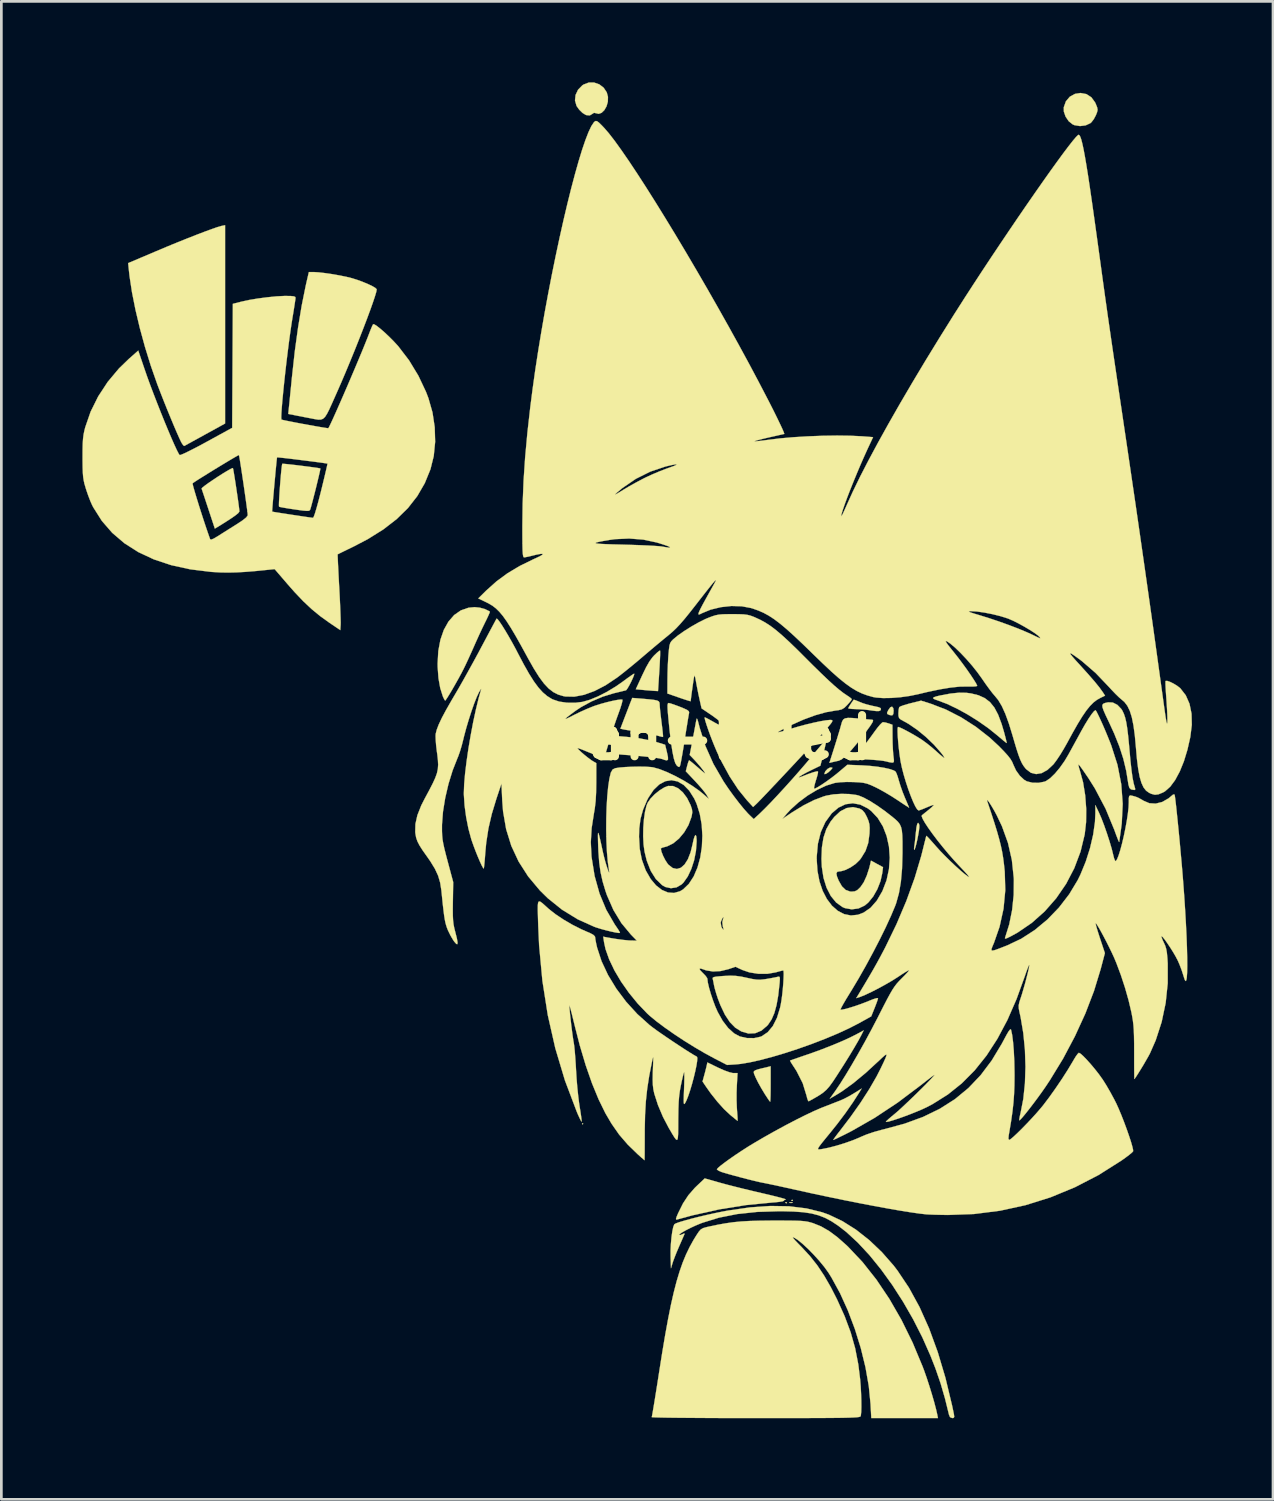
<source format=kicad_pcb>
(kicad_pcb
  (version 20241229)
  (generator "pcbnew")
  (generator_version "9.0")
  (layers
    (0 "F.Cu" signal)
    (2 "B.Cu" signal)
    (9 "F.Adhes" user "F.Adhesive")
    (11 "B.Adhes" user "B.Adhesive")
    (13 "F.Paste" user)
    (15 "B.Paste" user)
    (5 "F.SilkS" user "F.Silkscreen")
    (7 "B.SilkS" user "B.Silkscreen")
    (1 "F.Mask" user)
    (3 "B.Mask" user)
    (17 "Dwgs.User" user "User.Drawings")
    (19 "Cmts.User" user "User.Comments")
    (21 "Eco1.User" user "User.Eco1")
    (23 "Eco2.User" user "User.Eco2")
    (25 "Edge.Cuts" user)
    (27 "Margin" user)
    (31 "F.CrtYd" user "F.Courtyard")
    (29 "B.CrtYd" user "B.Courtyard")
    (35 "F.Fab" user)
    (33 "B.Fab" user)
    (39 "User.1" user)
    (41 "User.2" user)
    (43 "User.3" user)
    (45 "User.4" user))
  (footprint "ran-filled"
    (layer "F.Cu")
    (at 23.479 24.245)
    (property "Reference" "ran-filled" (at 0 0 0) (layer "F.SilkS") (effects (font (size 1.524 1.524) (thickness 0.3))))
    (attr exclude_from_pos_files exclude_from_bom allow_missing_courtyard dnp)
    (fp_poly (pts (xy -4.947 14.29) (xy -4.97 14.312) (xy -4.992 14.29) (xy -4.97 14.268) (xy -4.947 14.29)) (stroke (width 0.01) (type solid)) (fill yes) (layer "F.SilkS"))
    (fp_poly (pts (xy 2.592 17.198) (xy 2.585 17.225) (xy 2.562 17.228) (xy 2.526 17.212) (xy 2.533 17.198) (xy 2.585 17.193) (xy 2.592 17.198)) (stroke (width 0.01) (type solid)) (fill yes) (layer "F.SilkS"))
    (fp_poly (pts (xy 2.794 17.199) (xy 2.8 17.215) (xy 2.739 17.221) (xy 2.676 17.214) (xy 2.684 17.199) (xy 2.774 17.193) (xy 2.794 17.199)) (stroke (width 0.01) (type solid)) (fill yes) (layer "F.SilkS"))
    (fp_poly (pts (xy 2.812 17.11) (xy 2.806 17.136) (xy 2.783 17.139) (xy 2.747 17.123) (xy 2.754 17.11) (xy 2.806 17.105) (xy 2.812 17.11)) (stroke (width 0.01) (type solid)) (fill yes) (layer "F.SilkS"))
    (fp_poly (pts (xy 4.268 1.109) (xy 4.267 1.136) (xy 4.215 1.197) (xy 4.128 1.278) (xy 4.044 1.335) (xy 3.987 1.352) (xy 3.976 1.337) (xy 4.01 1.247) (xy 4.091 1.159) (xy 4.183 1.107) (xy 4.206 1.104) (xy 4.268 1.109)) (stroke (width 0.01) (type solid)) (fill yes) (layer "F.SilkS"))
    (fp_poly (pts (xy 6.525 -1.093) (xy 6.538 -0.997) (xy 6.527 -0.873) (xy 6.485 -0.823) (xy 6.398 -0.834) (xy 6.371 -0.844) (xy 6.305 -0.875) (xy 6.295 -0.919) (xy 6.334 -1.006) (xy 6.339 -1.015) (xy 6.414 -1.121) (xy 6.48 -1.147) (xy 6.525 -1.093)) (stroke (width 0.01) (type solid)) (fill yes) (layer "F.SilkS"))
    (fp_poly (pts (xy -2.101 -3.174) (xy -2.102 -3.052) (xy -2.11 -2.872) (xy -2.121 -2.649) (xy -2.132 -2.463) (xy -2.18 -1.723) (xy -2.316 -1.73) (xy -2.434 -1.739) (xy -2.599 -1.752) (xy -2.727 -1.764) (xy -3.003 -1.789) (xy -2.759 -2.319) (xy -2.621 -2.603) (xy -2.499 -2.817) (xy -2.382 -2.977) (xy -2.319 -3.046) (xy -2.215 -3.145) (xy -2.137 -3.208) (xy -2.104 -3.223) (xy -2.101 -3.174)) (stroke (width 0.01) (type solid)) (fill yes) (layer "F.SilkS"))
    (fp_poly (pts (xy 1.988 12.817) (xy 1.987 13.046) (xy 1.984 13.241) (xy 1.979 13.385) (xy 1.973 13.463) (xy 1.97 13.473) (xy 1.939 13.439) (xy 1.875 13.347) (xy 1.791 13.218) (xy 1.777 13.197) (xy 1.643 12.976) (xy 1.525 12.764) (xy 1.433 12.579) (xy 1.375 12.44) (xy 1.363 12.395) (xy 1.368 12.349) (xy 1.415 12.312) (xy 1.519 12.275) (xy 1.668 12.237) (xy 1.988 12.161) (xy 1.988 12.817)) (stroke (width 0.01) (type solid)) (fill yes) (layer "F.SilkS"))
    (fp_poly (pts (xy 7.473 3.186) (xy 7.489 3.238) (xy 7.49 3.313) (xy 7.475 3.444) (xy 7.447 3.606) (xy 7.413 3.779) (xy 7.376 3.941) (xy 7.341 4.07) (xy 7.312 4.143) (xy 7.302 4.152) (xy 7.293 4.114) (xy 7.302 4.022) (xy 7.304 4.009) (xy 7.321 3.894) (xy 7.34 3.726) (xy 7.358 3.538) (xy 7.36 3.522) (xy 7.383 3.322) (xy 7.411 3.197) (xy 7.442 3.151) (xy 7.473 3.186)) (stroke (width 0.01) (type solid)) (fill yes) (layer "F.SilkS"))
    (fp_poly (pts (xy 13.673 -23.813) (xy 13.856 -23.694) (xy 13.994 -23.504) (xy 14.021 -23.444) (xy 14.071 -23.318) (xy 14.086 -23.23) (xy 14.066 -23.141) (xy 14.022 -23.03) (xy 13.947 -22.889) (xy 13.858 -22.772) (xy 13.82 -22.738) (xy 13.644 -22.656) (xy 13.436 -22.63) (xy 13.232 -22.663) (xy 13.164 -22.692) (xy 13.016 -22.81) (xy 12.902 -22.978) (xy 12.837 -23.167) (xy 12.834 -23.324) (xy 12.913 -23.546) (xy 13.057 -23.716) (xy 13.251 -23.822) (xy 13.455 -23.854) (xy 13.673 -23.813)) (stroke (width 0.01) (type solid)) (fill yes) (layer "F.SilkS"))
    (fp_poly (pts (xy -4.543 -24.24) (xy -4.352 -24.173) (xy -4.191 -24.049) (xy -4.077 -23.878) (xy -4.032 -23.711) (xy -4.037 -23.53) (xy -4.085 -23.361) (xy -4.166 -23.219) (xy -4.267 -23.121) (xy -4.377 -23.082) (xy -4.459 -23.102) (xy -4.549 -23.121) (xy -4.61 -23.081) (xy -4.706 -23.024) (xy -4.828 -23.035) (xy -4.859 -23.046) (xy -4.974 -23.117) (xy -5.095 -23.235) (xy -5.19 -23.368) (xy -5.195 -23.377) (xy -5.252 -23.576) (xy -5.231 -23.781) (xy -5.139 -23.975) (xy -4.981 -24.136) (xy -4.937 -24.166) (xy -4.744 -24.24) (xy -4.543 -24.24)) (stroke (width 0.01) (type solid)) (fill yes) (layer "F.SilkS"))
    (fp_poly (pts (xy 5.1 -1.394) (xy 5.195 -1.357) (xy 5.261 -1.329) (xy 5.392 -1.276) (xy 5.538 -1.23) (xy 5.724 -1.183) (xy 5.973 -1.129) (xy 6.06 -1.092) (xy 6.068 -1.038) (xy 6.041 -1) (xy 5.986 -0.982) (xy 5.886 -0.984) (xy 5.723 -1.004) (xy 5.632 -1.018) (xy 5.459 -1.038) (xy 5.255 -1.052) (xy 5.135 -1.056) (xy 4.992 -1.062) (xy 4.892 -1.074) (xy 4.859 -1.086) (xy 4.882 -1.137) (xy 4.939 -1.227) (xy 4.955 -1.252) (xy 5.019 -1.344) (xy 5.056 -1.399) (xy 5.059 -1.403) (xy 5.1 -1.394)) (stroke (width 0.01) (type solid)) (fill yes) (layer "F.SilkS"))
    (fp_poly (pts (xy -3.321 -0.026) (xy -2.856 0.028) (xy -2.449 0.108) (xy -2.191 0.178) (xy -1.917 0.263) (xy -1.848 0.551) (xy -1.813 0.718) (xy -1.811 0.811) (xy -1.852 0.843) (xy -1.942 0.824) (xy -2.017 0.795) (xy -2.112 0.771) (xy -2.28 0.744) (xy -2.505 0.716) (xy -2.771 0.688) (xy -3.062 0.662) (xy -3.363 0.64) (xy -3.412 0.637) (xy -3.595 0.622) (xy -3.74 0.604) (xy -3.826 0.586) (xy -3.843 0.575) (xy -3.831 0.518) (xy -3.799 0.401) (xy -3.754 0.25) (xy -3.751 0.242) (xy -3.659 -0.056) (xy -3.321 -0.026)) (stroke (width 0.01) (type solid)) (fill yes) (layer "F.SilkS"))
    (fp_poly (pts (xy 0.052 12.216) (xy 0.265 12.311) (xy 0.45 12.379) (xy 0.585 12.411) (xy 0.61 12.413) (xy 0.762 12.413) (xy 0.736 12.888) (xy 0.727 13.143) (xy 0.727 13.422) (xy 0.736 13.679) (xy 0.742 13.771) (xy 0.755 13.949) (xy 0.764 14.087) (xy 0.766 14.167) (xy 0.765 14.18) (xy 0.729 14.154) (xy 0.643 14.084) (xy 0.522 13.986) (xy 0.49 13.959) (xy 0.262 13.745) (xy 0.017 13.473) (xy -0.229 13.163) (xy -0.392 12.933) (xy -0.533 12.724) (xy -0.469 12.491) (xy -0.427 12.334) (xy -0.392 12.194) (xy -0.379 12.138) (xy -0.353 12.019) (xy 0.052 12.216)) (stroke (width 0.01) (type solid)) (fill yes) (layer "F.SilkS"))
    (fp_poly (pts (xy 6.235 -0.56) (xy 6.353 -0.526) (xy 6.354 -0.526) (xy 6.494 -0.477) (xy 6.497 -0.007) (xy 6.501 0.218) (xy 6.511 0.438) (xy 6.524 0.62) (xy 6.533 0.696) (xy 6.549 0.83) (xy 6.545 0.899) (xy 6.515 0.922) (xy 6.475 0.924) (xy 6.366 0.907) (xy 6.251 0.877) (xy 6.155 0.859) (xy 5.994 0.839) (xy 5.79 0.822) (xy 5.58 0.809) (xy 5.042 0.783) (xy 5.304 0.471) (xy 5.455 0.285) (xy 5.624 0.065) (xy 5.781 -0.15) (xy 5.82 -0.205) (xy 5.934 -0.359) (xy 6.037 -0.482) (xy 6.114 -0.557) (xy 6.145 -0.572) (xy 6.235 -0.56)) (stroke (width 0.01) (type solid)) (fill yes) (layer "F.SilkS"))
    (fp_poly (pts (xy 9.23 -1.659) (xy 9.407 -1.635) (xy 9.683 -1.566) (xy 9.912 -1.462) (xy 10.104 -1.314) (xy 10.266 -1.113) (xy 10.406 -0.849) (xy 10.532 -0.513) (xy 10.62 -0.219) (xy 10.667 -0.042) (xy 10.702 0.098) (xy 10.721 0.184) (xy 10.722 0.201) (xy 10.687 0.177) (xy 10.6 0.108) (xy 10.476 0.003) (xy 10.381 -0.078) (xy 10.047 -0.346) (xy 9.673 -0.609) (xy 9.279 -0.855) (xy 8.885 -1.072) (xy 8.512 -1.249) (xy 8.194 -1.369) (xy 8.056 -1.418) (xy 7.997 -1.457) (xy 8.02 -1.492) (xy 8.127 -1.528) (xy 8.268 -1.561) (xy 8.642 -1.631) (xy 8.956 -1.663) (xy 9.23 -1.659)) (stroke (width 0.01) (type solid)) (fill yes) (layer "F.SilkS"))
    (fp_poly (pts (xy 5.008 -0.727) (xy 5.242 -0.707) (xy 5.257 -0.706) (xy 5.445 -0.688) (xy 5.602 -0.674) (xy 5.706 -0.665) (xy 5.732 -0.664) (xy 5.77 -0.654) (xy 5.778 -0.621) (xy 5.749 -0.554) (xy 5.679 -0.444) (xy 5.562 -0.281) (xy 5.461 -0.147) (xy 5.195 0.198) (xy 4.964 0.472) (xy 4.771 0.674) (xy 4.618 0.802) (xy 4.512 0.853) (xy 4.374 0.883) (xy 4.272 0.907) (xy 4.161 0.935) (xy 4.349 0.346) (xy 4.423 0.109) (xy 4.493 -0.12) (xy 4.552 -0.317) (xy 4.591 -0.457) (xy 4.595 -0.472) (xy 4.629 -0.589) (xy 4.672 -0.668) (xy 4.739 -0.713) (xy 4.846 -0.731) (xy 5.008 -0.727)) (stroke (width 0.01) (type solid)) (fill yes) (layer "F.SilkS"))
    (fp_poly (pts (xy -17.899 -9.927) (xy -17.878 -9.81) (xy -17.85 -9.639) (xy -17.817 -9.432) (xy -17.783 -9.205) (xy -17.749 -8.975) (xy -17.718 -8.759) (xy -17.693 -8.575) (xy -17.676 -8.439) (xy -17.67 -8.369) (xy -17.709 -8.313) (xy -17.826 -8.217) (xy -18.022 -8.082) (xy -18.297 -7.907) (xy -18.422 -7.83) (xy -18.579 -7.735) (xy -18.815 -8.45) (xy -18.894 -8.689) (xy -18.964 -8.901) (xy -19.02 -9.069) (xy -19.057 -9.18) (xy -19.07 -9.216) (xy -19.04 -9.253) (xy -18.951 -9.324) (xy -18.816 -9.422) (xy -18.652 -9.534) (xy -18.474 -9.652) (xy -18.297 -9.765) (xy -18.137 -9.862) (xy -18.01 -9.935) (xy -17.929 -9.973) (xy -17.911 -9.974) (xy -17.899 -9.927)) (stroke (width 0.01) (type solid)) (fill yes) (layer "F.SilkS"))
    (fp_poly (pts (xy 0.139 16.477) (xy 0.371 16.54) (xy 0.664 16.615) (xy 0.993 16.697) (xy 1.334 16.779) (xy 1.659 16.855) (xy 1.672 16.858) (xy 1.942 16.921) (xy 2.175 16.978) (xy 2.361 17.026) (xy 2.488 17.062) (xy 2.545 17.083) (xy 2.545 17.087) (xy 2.483 17.119) (xy 2.474 17.139) (xy 2.433 17.157) (xy 2.322 17.176) (xy 2.162 17.194) (xy 2.043 17.203) (xy 1.076 17.297) (xy 0.083 17.456) (xy -0.907 17.677) (xy -1.47 17.83) (xy -1.508 17.833) (xy -1.515 17.802) (xy -1.488 17.72) (xy -1.435 17.596) (xy -1.255 17.234) (xy -1.056 16.932) (xy -0.82 16.661) (xy -0.745 16.588) (xy -0.451 16.31) (xy 0.139 16.477)) (stroke (width 0.01) (type solid)) (fill yes) (layer "F.SilkS"))
    (fp_poly (pts (xy -2.75 -1.439) (xy -2.502 -1.417) (xy -2.33 -1.397) (xy -2.219 -1.375) (xy -2.156 -1.345) (xy -2.128 -1.303) (xy -2.12 -1.246) (xy -2.12 -1.235) (xy -2.115 -1.144) (xy -2.1 -0.988) (xy -2.077 -0.788) (xy -2.051 -0.574) (xy -2.025 -0.368) (xy -2.006 -0.196) (xy -1.995 -0.076) (xy -1.995 -0.026) (xy -1.995 -0.026) (xy -2.042 -0.032) (xy -2.147 -0.059) (xy -2.253 -0.09) (xy -2.41 -0.131) (xy -2.619 -0.174) (xy -2.841 -0.211) (xy -2.915 -0.222) (xy -3.113 -0.249) (xy -3.289 -0.275) (xy -3.417 -0.297) (xy -3.454 -0.304) (xy -3.573 -0.331) (xy -3.404 -0.773) (xy -3.328 -0.97) (xy -3.259 -1.149) (xy -3.207 -1.286) (xy -3.184 -1.342) (xy -3.134 -1.47) (xy -2.75 -1.439)) (stroke (width 0.01) (type solid)) (fill yes) (layer "F.SilkS"))
    (fp_poly (pts (xy 5.338 11.016) (xy 5.235 11.208) (xy 5.088 11.461) (xy 4.908 11.761) (xy 4.7 12.095) (xy 4.472 12.451) (xy 4.439 12.503) (xy 4.291 12.727) (xy 4.168 12.897) (xy 4.053 13.028) (xy 3.926 13.139) (xy 3.769 13.245) (xy 3.565 13.364) (xy 3.394 13.458) (xy 3.369 13.428) (xy 3.337 13.336) (xy 3.319 13.259) (xy 3.173 12.785) (xy 2.946 12.338) (xy 2.889 12.249) (xy 2.799 12.112) (xy 2.734 12.008) (xy 2.705 11.953) (xy 2.705 11.95) (xy 2.749 11.934) (xy 2.861 11.894) (xy 3.029 11.836) (xy 3.237 11.764) (xy 3.379 11.716) (xy 3.823 11.557) (xy 4.254 11.389) (xy 4.655 11.221) (xy 5.003 11.059) (xy 5.194 10.961) (xy 5.43 10.833) (xy 5.338 11.016)) (stroke (width 0.01) (type solid)) (fill yes) (layer "F.SilkS"))
    (fp_poly (pts (xy 14.65 -1.298) (xy 14.818 -1.212) (xy 14.963 -1.061) (xy 15.003 -0.998) (xy 15.058 -0.882) (xy 15.105 -0.744) (xy 15.146 -0.57) (xy 15.182 -0.349) (xy 15.216 -0.069) (xy 15.25 0.283) (xy 15.264 0.442) (xy 15.303 0.871) (xy 15.342 1.218) (xy 15.38 1.491) (xy 15.421 1.695) (xy 15.462 1.837) (xy 15.481 1.912) (xy 15.451 1.938) (xy 15.356 1.923) (xy 15.32 1.914) (xy 15.262 1.86) (xy 15.225 1.731) (xy 15.219 1.687) (xy 15.145 1.228) (xy 15.038 0.782) (xy 14.892 0.329) (xy 14.7 -0.152) (xy 14.501 -0.585) (xy 14.385 -0.829) (xy 14.307 -1.006) (xy 14.266 -1.127) (xy 14.262 -1.206) (xy 14.294 -1.253) (xy 14.362 -1.282) (xy 14.466 -1.305) (xy 14.477 -1.307) (xy 14.65 -1.298)) (stroke (width 0.01) (type solid)) (fill yes) (layer "F.SilkS"))
    (fp_poly (pts (xy -1.72 -1.266) (xy -1.596 -1.225) (xy -1.435 -1.166) (xy -1.369 -1.141) (xy -1.195 -1.069) (xy -1.09 -1.017) (xy -1.039 -0.973) (xy -1.029 -0.928) (xy -1.032 -0.909) (xy -1.045 -0.838) (xy -1.07 -0.695) (xy -1.102 -0.495) (xy -1.142 -0.252) (xy -1.184 0.019) (xy -1.192 0.066) (xy -1.235 0.34) (xy -1.276 0.587) (xy -1.313 0.794) (xy -1.341 0.945) (xy -1.36 1.025) (xy -1.362 1.031) (xy -1.39 1.085) (xy -1.427 1.08) (xy -1.487 1.031) (xy -1.542 0.942) (xy -1.595 0.771) (xy -1.647 0.517) (xy -1.699 0.178) (xy -1.75 -0.247) (xy -1.765 -0.398) (xy -1.795 -0.7) (xy -1.816 -0.925) (xy -1.826 -1.085) (xy -1.828 -1.189) (xy -1.82 -1.249) (xy -1.804 -1.276) (xy -1.785 -1.281) (xy -1.72 -1.266)) (stroke (width 0.01) (type solid)) (fill yes) (layer "F.SilkS"))
    (fp_poly (pts (xy -18.2 -11.624) (xy -18.94 -11.217) (xy -19.172 -11.089) (xy -19.378 -10.976) (xy -19.544 -10.885) (xy -19.659 -10.821) (xy -19.71 -10.793) (xy -19.711 -10.793) (xy -19.748 -10.817) (xy -19.804 -10.899) (xy -19.828 -10.943) (xy -19.894 -11.082) (xy -19.985 -11.288) (xy -20.095 -11.544) (xy -20.216 -11.835) (xy -20.343 -12.144) (xy -20.468 -12.455) (xy -20.585 -12.753) (xy -20.688 -13.02) (xy -20.713 -13.087) (xy -20.948 -13.759) (xy -21.163 -14.453) (xy -21.354 -15.151) (xy -21.516 -15.833) (xy -21.645 -16.481) (xy -21.736 -17.078) (xy -21.758 -17.276) (xy -21.787 -17.559) (xy -20.755 -17.997) (xy -20.364 -18.162) (xy -19.977 -18.321) (xy -19.606 -18.47) (xy -19.26 -18.606) (xy -18.951 -18.724) (xy -18.689 -18.82) (xy -18.485 -18.891) (xy -18.348 -18.931) (xy -18.327 -18.936) (xy -18.2 -18.962) (xy -18.2 -11.624)) (stroke (width 0.01) (type solid)) (fill yes) (layer "F.SilkS"))
    (fp_poly (pts (xy -8.772 -4.809) (xy -8.58 -4.755) (xy -8.428 -4.68) (xy -8.401 -4.659) (xy -8.414 -4.618) (xy -8.459 -4.514) (xy -8.528 -4.367) (xy -8.583 -4.256) (xy -8.686 -4.044) (xy -8.805 -3.789) (xy -8.923 -3.529) (xy -8.989 -3.379) (xy -9.094 -3.143) (xy -9.208 -2.892) (xy -9.315 -2.664) (xy -9.376 -2.54) (xy -9.46 -2.377) (xy -9.562 -2.189) (xy -9.674 -1.99) (xy -9.785 -1.796) (xy -9.888 -1.622) (xy -9.974 -1.483) (xy -10.034 -1.394) (xy -10.057 -1.369) (xy -10.084 -1.406) (xy -10.129 -1.497) (xy -10.144 -1.532) (xy -10.239 -1.833) (xy -10.304 -2.198) (xy -10.334 -2.609) (xy -10.336 -2.743) (xy -10.31 -3.207) (xy -10.232 -3.623) (xy -10.106 -3.987) (xy -9.935 -4.293) (xy -9.724 -4.536) (xy -9.475 -4.709) (xy -9.192 -4.807) (xy -8.967 -4.829) (xy -8.772 -4.809)) (stroke (width 0.01) (type solid)) (fill yes) (layer "F.SilkS"))
    (fp_poly (pts (xy -16.034 -10.133) (xy -15.917 -10.122) (xy -15.748 -10.104) (xy -15.547 -10.081) (xy -15.331 -10.054) (xy -15.119 -10.027) (xy -14.93 -10.002) (xy -14.782 -9.981) (xy -14.692 -9.965) (xy -14.675 -9.96) (xy -14.68 -9.916) (xy -14.704 -9.804) (xy -14.742 -9.639) (xy -14.79 -9.439) (xy -14.843 -9.22) (xy -14.899 -9) (xy -14.952 -8.794) (xy -14.998 -8.62) (xy -15.033 -8.494) (xy -15.053 -8.435) (xy -15.074 -8.407) (xy -15.116 -8.392) (xy -15.193 -8.391) (xy -15.32 -8.402) (xy -15.512 -8.428) (xy -15.634 -8.446) (xy -15.844 -8.477) (xy -16.02 -8.507) (xy -16.145 -8.53) (xy -16.202 -8.545) (xy -16.203 -8.546) (xy -16.208 -8.596) (xy -16.205 -8.715) (xy -16.196 -8.888) (xy -16.183 -9.097) (xy -16.167 -9.324) (xy -16.149 -9.552) (xy -16.131 -9.764) (xy -16.113 -9.943) (xy -16.097 -10.071) (xy -16.085 -10.132) (xy -16.083 -10.134) (xy -16.034 -10.133)) (stroke (width 0.01) (type solid)) (fill yes) (layer "F.SilkS"))
    (fp_poly (pts (xy 0.7 8.816) (xy 0.904 8.844) (xy 1.1 8.886) (xy 1.309 8.931) (xy 1.465 8.954) (xy 1.6 8.958) (xy 1.746 8.943) (xy 1.829 8.931) (xy 2 8.901) (xy 2.148 8.873) (xy 2.241 8.852) (xy 2.242 8.852) (xy 2.295 8.842) (xy 2.322 8.86) (xy 2.329 8.924) (xy 2.321 9.054) (xy 2.316 9.106) (xy 2.268 9.541) (xy 2.205 9.899) (xy 2.125 10.19) (xy 2.023 10.426) (xy 1.898 10.615) (xy 1.861 10.658) (xy 1.647 10.841) (xy 1.414 10.938) (xy 1.165 10.949) (xy 0.904 10.872) (xy 0.902 10.871) (xy 0.679 10.733) (xy 0.478 10.528) (xy 0.295 10.25) (xy 0.126 9.894) (xy 0.034 9.652) (xy -0.026 9.47) (xy -0.077 9.294) (xy -0.107 9.166) (xy -0.131 9.035) (xy -0.154 8.933) (xy -0.158 8.919) (xy -0.155 8.885) (xy -0.116 8.861) (xy -0.024 8.843) (xy 0.133 8.828) (xy 0.253 8.819) (xy 0.498 8.808) (xy 0.7 8.816)) (stroke (width 0.01) (type solid)) (fill yes) (layer "F.SilkS"))
    (fp_poly (pts (xy -14.916 -17.228) (xy -14.739 -17.217) (xy -14.503 -17.19) (xy -14.233 -17.151) (xy -13.958 -17.102) (xy -13.703 -17.05) (xy -13.53 -17.007) (xy -13.323 -16.944) (xy -13.114 -16.868) (xy -12.92 -16.787) (xy -12.756 -16.71) (xy -12.641 -16.642) (xy -12.59 -16.592) (xy -12.59 -16.587) (xy -12.606 -16.493) (xy -12.655 -16.328) (xy -12.731 -16.1) (xy -12.831 -15.819) (xy -12.951 -15.494) (xy -13.089 -15.134) (xy -13.24 -14.748) (xy -13.4 -14.346) (xy -13.567 -13.938) (xy -13.736 -13.531) (xy -13.904 -13.137) (xy -14.068 -12.763) (xy -14.106 -12.678) (xy -14.24 -12.377) (xy -14.345 -12.146) (xy -14.43 -11.979) (xy -14.504 -11.865) (xy -14.577 -11.798) (xy -14.659 -11.768) (xy -14.757 -11.767) (xy -14.883 -11.787) (xy -15.045 -11.819) (xy -15.063 -11.822) (xy -15.266 -11.861) (xy -15.472 -11.901) (xy -15.628 -11.932) (xy -15.862 -11.978) (xy -15.837 -12.229) (xy -15.824 -12.351) (xy -15.805 -12.544) (xy -15.781 -12.787) (xy -15.753 -13.062) (xy -15.725 -13.35) (xy -15.723 -13.363) (xy -15.62 -14.298) (xy -15.5 -15.173) (xy -15.367 -15.978) (xy -15.22 -16.706) (xy -15.19 -16.841) (xy -15.1 -17.228) (xy -14.916 -17.228)) (stroke (width 0.01) (type solid)) (fill yes) (layer "F.SilkS"))
    (fp_poly (pts (xy 5.274 2.623) (xy 5.282 2.627) (xy 5.386 2.688) (xy 5.469 2.785) (xy 5.551 2.941) (xy 5.609 3.081) (xy 5.641 3.202) (xy 5.652 3.339) (xy 5.646 3.527) (xy 5.645 3.549) (xy 5.599 3.896) (xy 5.497 4.194) (xy 5.328 4.468) (xy 5.278 4.531) (xy 5.134 4.671) (xy 4.952 4.797) (xy 4.762 4.893) (xy 4.59 4.944) (xy 4.541 4.947) (xy 4.455 4.964) (xy 4.421 5.019) (xy 4.439 5.126) (xy 4.504 5.29) (xy 4.627 5.504) (xy 4.765 5.637) (xy 4.926 5.695) (xy 4.985 5.698) (xy 5.103 5.687) (xy 5.198 5.639) (xy 5.305 5.536) (xy 5.312 5.528) (xy 5.432 5.353) (xy 5.543 5.109) (xy 5.638 4.816) (xy 5.673 4.672) (xy 5.7 4.551) (xy 5.923 4.672) (xy 6.146 4.793) (xy 6.119 5.008) (xy 6.053 5.308) (xy 5.937 5.605) (xy 5.784 5.876) (xy 5.605 6.097) (xy 5.474 6.209) (xy 5.241 6.32) (xy 4.989 6.354) (xy 4.739 6.309) (xy 4.649 6.271) (xy 4.413 6.102) (xy 4.214 5.86) (xy 4.057 5.554) (xy 3.944 5.192) (xy 3.881 4.781) (xy 3.868 4.484) (xy 3.885 4.057) (xy 3.944 3.696) (xy 4.048 3.385) (xy 4.203 3.111) (xy 4.343 2.933) (xy 4.566 2.726) (xy 4.798 2.606) (xy 5.035 2.571) (xy 5.274 2.623)) (stroke (width 0.01) (type solid)) (fill yes) (layer "F.SilkS"))
    (fp_poly (pts (xy -1.623 1.791) (xy -1.439 1.872) (xy -1.263 2.023) (xy -1.106 2.233) (xy -0.977 2.493) (xy -0.972 2.506) (xy -0.924 2.651) (xy -0.911 2.763) (xy -0.932 2.889) (xy -0.945 2.943) (xy -1.053 3.234) (xy -1.211 3.503) (xy -1.404 3.735) (xy -1.621 3.914) (xy -1.847 4.025) (xy -1.928 4.046) (xy -2.027 4.073) (xy -2.075 4.102) (xy -2.076 4.105) (xy -2.053 4.22) (xy -1.992 4.374) (xy -1.91 4.535) (xy -1.822 4.669) (xy -1.79 4.706) (xy -1.636 4.825) (xy -1.482 4.86) (xy -1.334 4.814) (xy -1.197 4.693) (xy -1.075 4.5) (xy -0.974 4.24) (xy -0.906 3.964) (xy -0.862 3.765) (xy -0.822 3.644) (xy -0.789 3.604) (xy -0.765 3.645) (xy -0.753 3.771) (xy -0.752 3.845) (xy -0.776 4.191) (xy -0.843 4.534) (xy -0.947 4.856) (xy -1.079 5.137) (xy -1.234 5.358) (xy -1.306 5.43) (xy -1.493 5.54) (xy -1.702 5.572) (xy -1.91 5.526) (xy -2.027 5.459) (xy -2.259 5.234) (xy -2.448 4.933) (xy -2.596 4.556) (xy -2.679 4.217) (xy -2.715 3.953) (xy -2.73 3.651) (xy -2.725 3.335) (xy -2.702 3.026) (xy -2.662 2.746) (xy -2.607 2.518) (xy -2.566 2.415) (xy -2.461 2.26) (xy -2.305 2.098) (xy -2.123 1.951) (xy -1.94 1.839) (xy -1.805 1.788) (xy -1.623 1.791)) (stroke (width 0.01) (type solid)) (fill yes) (layer "F.SilkS"))
    (fp_poly (pts (xy 2.674 17.342) (xy 3.31 17.42) (xy 3.886 17.561) (xy 4.138 17.651) (xy 4.642 17.89) (xy 5.146 18.207) (xy 5.637 18.594) (xy 6.105 19.04) (xy 6.539 19.535) (xy 6.679 19.718) (xy 7.106 20.356) (xy 7.497 21.071) (xy 7.852 21.864) (xy 8.171 22.736) (xy 8.455 23.688) (xy 8.703 24.721) (xy 8.769 25.036) (xy 8.781 25.134) (xy 8.756 25.173) (xy 8.707 25.179) (xy 8.626 25.145) (xy 8.588 25.058) (xy 8.438 24.45) (xy 8.276 23.893) (xy 8.089 23.35) (xy 7.903 22.874) (xy 7.601 22.192) (xy 7.26 21.522) (xy 6.887 20.873) (xy 6.49 20.256) (xy 6.074 19.679) (xy 5.648 19.154) (xy 5.217 18.69) (xy 4.79 18.295) (xy 4.484 18.058) (xy 4.241 17.897) (xy 4.006 17.771) (xy 3.763 17.676) (xy 3.498 17.607) (xy 3.194 17.562) (xy 2.836 17.536) (xy 2.41 17.525) (xy 2.297 17.525) (xy 1.489 17.55) (xy 0.749 17.629) (xy 0.074 17.763) (xy -0.538 17.952) (xy -0.607 17.978) (xy -0.795 18.056) (xy -0.982 18.143) (xy -1.152 18.23) (xy -1.289 18.308) (xy -1.377 18.369) (xy -1.4 18.404) (xy -1.399 18.405) (xy -1.348 18.404) (xy -1.278 18.375) (xy -1.209 18.344) (xy -1.198 18.364) (xy -1.205 18.382) (xy -1.234 18.447) (xy -1.288 18.572) (xy -1.36 18.736) (xy -1.407 18.843) (xy -1.491 19.04) (xy -1.567 19.232) (xy -1.625 19.388) (xy -1.641 19.439) (xy -1.701 19.635) (xy -1.714 19.216) (xy -1.715 18.975) (xy -1.703 18.724) (xy -1.681 18.483) (xy -1.651 18.27) (xy -1.616 18.106) (xy -1.577 18.009) (xy -1.575 18.006) (xy -1.515 17.973) (xy -1.381 17.925) (xy -1.188 17.868) (xy -0.948 17.802) (xy -0.676 17.733) (xy -0.384 17.664) (xy -0.086 17.598) (xy 0.205 17.538) (xy 0.42 17.498) (xy 1.228 17.382) (xy 1.98 17.33) (xy 2.674 17.342)) (stroke (width 0.01) (type solid)) (fill yes) (layer "F.SilkS"))
    (fp_poly (pts (xy 2.73 17.872) (xy 2.946 17.876) (xy 3.113 17.883) (xy 3.243 17.895) (xy 3.35 17.911) (xy 3.447 17.934) (xy 3.546 17.963) (xy 3.556 17.966) (xy 3.85 18.084) (xy 4.148 18.255) (xy 4.46 18.487) (xy 4.799 18.787) (xy 4.853 18.839) (xy 5.388 19.406) (xy 5.898 20.051) (xy 6.38 20.768) (xy 6.829 21.548) (xy 7.241 22.386) (xy 7.611 23.272) (xy 7.664 23.412) (xy 7.758 23.679) (xy 7.857 23.982) (xy 7.954 24.296) (xy 8.041 24.597) (xy 8.11 24.861) (xy 8.15 25.036) (xy 8.179 25.179) (xy 5.712 25.179) (xy 5.684 24.66) (xy 5.619 23.997) (xy 5.497 23.3) (xy 5.323 22.588) (xy 5.103 21.88) (xy 4.844 21.194) (xy 4.552 20.551) (xy 4.233 19.969) (xy 4.129 19.802) (xy 3.981 19.596) (xy 3.796 19.37) (xy 3.589 19.14) (xy 3.377 18.923) (xy 3.173 18.734) (xy 2.995 18.589) (xy 2.891 18.522) (xy 2.827 18.491) (xy 2.805 18.492) (xy 2.83 18.531) (xy 2.905 18.616) (xy 3.036 18.751) (xy 3.137 18.853) (xy 3.438 19.179) (xy 3.711 19.524) (xy 3.967 19.907) (xy 4.218 20.343) (xy 4.443 20.784) (xy 4.726 21.41) (xy 4.948 22.005) (xy 5.114 22.591) (xy 5.231 23.193) (xy 5.299 23.743) (xy 5.32 24.003) (xy 5.334 24.272) (xy 5.342 24.531) (xy 5.344 24.764) (xy 5.339 24.952) (xy 5.326 25.077) (xy 5.318 25.109) (xy 5.307 25.121) (xy 5.281 25.132) (xy 5.233 25.142) (xy 5.159 25.15) (xy 5.053 25.156) (xy 4.91 25.162) (xy 4.724 25.167) (xy 4.491 25.171) (xy 4.204 25.173) (xy 3.858 25.176) (xy 3.448 25.177) (xy 2.969 25.178) (xy 2.415 25.179) (xy 1.781 25.179) (xy 1.428 25.179) (xy 0.853 25.179) (xy 0.304 25.178) (xy -0.212 25.176) (xy -0.689 25.173) (xy -1.121 25.17) (xy -1.501 25.167) (xy -1.824 25.163) (xy -2.083 25.158) (xy -2.271 25.153) (xy -2.383 25.148) (xy -2.413 25.144) (xy -2.401 25.093) (xy -2.378 24.965) (xy -2.345 24.77) (xy -2.303 24.517) (xy -2.255 24.217) (xy -2.201 23.878) (xy -2.144 23.512) (xy -2.142 23.498) (xy -2.025 22.757) (xy -1.914 22.097) (xy -1.807 21.51) (xy -1.703 20.99) (xy -1.598 20.528) (xy -1.492 20.118) (xy -1.382 19.753) (xy -1.267 19.424) (xy -1.144 19.126) (xy -1.011 18.85) (xy -0.867 18.589) (xy -0.758 18.412) (xy -0.67 18.28) (xy -0.598 18.199) (xy -0.513 18.15) (xy -0.386 18.113) (xy -0.287 18.091) (xy 0.035 18.023) (xy 0.327 17.971) (xy 0.608 17.931) (xy 0.897 17.903) (xy 1.213 17.885) (xy 1.576 17.875) (xy 2.003 17.87) (xy 2.098 17.87) (xy 2.452 17.87) (xy 2.73 17.872)) (stroke (width 0.01) (type solid)) (fill yes) (layer "F.SilkS"))
    (fp_poly (pts (xy 0.814 -4.568) (xy 0.989 -4.561) (xy 1.123 -4.544) (xy 1.238 -4.516) (xy 1.357 -4.472) (xy 1.404 -4.452) (xy 1.602 -4.361) (xy 1.793 -4.256) (xy 1.985 -4.131) (xy 2.188 -3.977) (xy 2.412 -3.786) (xy 2.668 -3.551) (xy 2.965 -3.264) (xy 3.225 -3.005) (xy 3.575 -2.655) (xy 3.873 -2.364) (xy 4.125 -2.124) (xy 4.337 -1.931) (xy 4.518 -1.777) (xy 4.674 -1.656) (xy 4.812 -1.562) (xy 4.829 -1.551) (xy 4.928 -1.483) (xy 4.986 -1.432) (xy 4.991 -1.421) (xy 4.963 -1.375) (xy 4.891 -1.287) (xy 4.823 -1.211) (xy 4.715 -1.105) (xy 4.618 -1.046) (xy 4.493 -1.015) (xy 4.393 -1.003) (xy 4.039 -0.941) (xy 3.637 -0.828) (xy 3.203 -0.668) (xy 2.787 -0.483) (xy 2.591 -0.386) (xy 2.428 -0.303) (xy 2.313 -0.24) (xy 2.26 -0.204) (xy 2.259 -0.2) (xy 2.306 -0.205) (xy 2.419 -0.233) (xy 2.582 -0.279) (xy 2.762 -0.335) (xy 3.027 -0.414) (xy 3.304 -0.488) (xy 3.575 -0.552) (xy 3.823 -0.605) (xy 4.031 -0.64) (xy 4.181 -0.655) (xy 4.23 -0.654) (xy 4.265 -0.644) (xy 4.274 -0.619) (xy 4.252 -0.57) (xy 4.191 -0.488) (xy 4.086 -0.363) (xy 3.929 -0.187) (xy 3.841 -0.088) (xy 3.688 0.081) (xy 3.498 0.288) (xy 3.279 0.524) (xy 3.041 0.781) (xy 2.792 1.048) (xy 2.54 1.317) (xy 2.295 1.578) (xy 2.064 1.823) (xy 1.857 2.042) (xy 1.681 2.226) (xy 1.546 2.366) (xy 1.46 2.452) (xy 1.447 2.465) (xy 1.338 2.566) (xy 1.108 2.314) (xy 0.786 1.917) (xy 0.473 1.44) (xy 0.175 0.894) (xy 0.005 0.537) (xy -0.079 0.341) (xy -0.166 0.126) (xy -0.251 -0.095) (xy -0.327 -0.306) (xy -0.39 -0.492) (xy -0.435 -0.638) (xy -0.455 -0.728) (xy -0.451 -0.751) (xy -0.428 -0.744) (xy -0.379 -0.72) (xy -0.293 -0.675) (xy -0.163 -0.603) (xy 0.02 -0.499) (xy 0.266 -0.359) (xy 0.442 -0.258) (xy 0.503 -0.23) (xy 0.505 -0.247) (xy 0.458 -0.302) (xy 0.37 -0.384) (xy 0.253 -0.486) (xy 0.115 -0.598) (xy -0.032 -0.712) (xy -0.18 -0.82) (xy -0.229 -0.853) (xy -0.568 -1.082) (xy -0.64 -1.401) (xy -0.688 -1.623) (xy -0.737 -1.87) (xy -0.769 -2.042) (xy -0.798 -2.201) (xy -0.818 -2.282) (xy -0.833 -2.293) (xy -0.847 -2.244) (xy -0.854 -2.209) (xy -0.869 -2.115) (xy -0.89 -1.971) (xy -0.914 -1.8) (xy -0.938 -1.628) (xy -0.957 -1.478) (xy -0.969 -1.376) (xy -0.972 -1.348) (xy -1.011 -1.355) (xy -1.115 -1.387) (xy -1.268 -1.437) (xy -1.403 -1.483) (xy -1.833 -1.633) (xy -1.831 -2.131) (xy -1.827 -2.394) (xy -1.817 -2.684) (xy -1.802 -2.955) (xy -1.794 -3.068) (xy -1.775 -3.271) (xy -1.756 -3.408) (xy -1.729 -3.499) (xy -1.688 -3.566) (xy -1.627 -3.629) (xy -1.62 -3.636) (xy -1.444 -3.781) (xy -1.212 -3.944) (xy -0.95 -4.109) (xy -0.683 -4.261) (xy -0.438 -4.383) (xy -0.343 -4.424) (xy -0.183 -4.486) (xy -0.054 -4.527) (xy 0.072 -4.552) (xy 0.218 -4.565) (xy 0.411 -4.569) (xy 0.574 -4.57) (xy 0.814 -4.568)) (stroke (width 0.01) (type solid)) (fill yes) (layer "F.SilkS"))
    (fp_poly (pts (xy -6.537 6.069) (xy -6.461 6.124) (xy -6.355 6.218) (xy -6.221 6.34) (xy -5.978 6.531) (xy -5.679 6.731) (xy -5.351 6.923) (xy -5.022 7.09) (xy -4.851 7.165) (xy -4.672 7.243) (xy -4.565 7.304) (xy -4.514 7.358) (xy -4.506 7.394) (xy -4.495 7.481) (xy -4.468 7.622) (xy -4.434 7.772) (xy -4.269 8.275) (xy -4.029 8.786) (xy -3.722 9.291) (xy -3.359 9.775) (xy -2.948 10.226) (xy -2.5 10.629) (xy -2.374 10.727) (xy -2.237 10.828) (xy -2.057 10.954) (xy -1.848 11.097) (xy -1.625 11.247) (xy -1.4 11.396) (xy -1.187 11.535) (xy -1 11.654) (xy -0.854 11.744) (xy -0.76 11.797) (xy -0.741 11.805) (xy -0.725 11.854) (xy -0.733 11.972) (xy -0.76 12.143) (xy -0.804 12.351) (xy -0.859 12.581) (xy -0.923 12.819) (xy -0.991 13.048) (xy -1.059 13.252) (xy -1.124 13.418) (xy -1.174 13.517) (xy -1.2 13.554) (xy -1.218 13.556) (xy -1.227 13.514) (xy -1.23 13.417) (xy -1.226 13.253) (xy -1.217 13.013) (xy -1.216 12.99) (xy -1.209 12.766) (xy -1.205 12.581) (xy -1.206 12.447) (xy -1.211 12.38) (xy -1.215 12.376) (xy -1.233 12.427) (xy -1.264 12.546) (xy -1.302 12.712) (xy -1.333 12.86) (xy -1.371 13.062) (xy -1.398 13.263) (xy -1.416 13.484) (xy -1.426 13.745) (xy -1.431 14.069) (xy -1.432 14.146) (xy -1.433 14.453) (xy -1.436 14.675) (xy -1.447 14.817) (xy -1.469 14.882) (xy -1.507 14.876) (xy -1.567 14.801) (xy -1.653 14.663) (xy -1.769 14.464) (xy -1.781 14.445) (xy -1.996 14.035) (xy -2.18 13.601) (xy -2.315 13.183) (xy -2.32 13.164) (xy -2.353 13.01) (xy -2.372 12.847) (xy -2.378 12.651) (xy -2.374 12.398) (xy -2.37 12.302) (xy -2.361 12.07) (xy -2.356 11.918) (xy -2.356 11.841) (xy -2.364 11.831) (xy -2.378 11.881) (xy -2.401 11.984) (xy -2.408 12.015) (xy -2.507 12.52) (xy -2.58 12.991) (xy -2.63 13.456) (xy -2.659 13.944) (xy -2.671 14.485) (xy -2.671 14.611) (xy -2.672 14.901) (xy -2.673 15.16) (xy -2.674 15.374) (xy -2.676 15.533) (xy -2.678 15.622) (xy -2.679 15.638) (xy -2.712 15.61) (xy -2.794 15.539) (xy -2.907 15.438) (xy -2.919 15.428) (xy -3.297 15.062) (xy -3.617 14.691) (xy -3.899 14.287) (xy -4.13 13.893) (xy -4.38 13.382) (xy -4.623 12.791) (xy -4.855 12.126) (xy -5.073 11.394) (xy -5.257 10.678) (xy -5.318 10.43) (xy -5.371 10.215) (xy -5.415 10.048) (xy -5.445 9.94) (xy -5.458 9.905) (xy -5.459 9.953) (xy -5.451 10.07) (xy -5.435 10.238) (xy -5.413 10.439) (xy -5.388 10.656) (xy -5.361 10.869) (xy -5.335 11.061) (xy -5.312 11.214) (xy -5.299 11.286) (xy -5.281 11.404) (xy -5.262 11.589) (xy -5.243 11.824) (xy -5.225 12.089) (xy -5.213 12.302) (xy -5.194 12.611) (xy -5.167 12.938) (xy -5.134 13.253) (xy -5.1 13.526) (xy -5.082 13.645) (xy -5.048 13.854) (xy -5.023 14.029) (xy -5.008 14.153) (xy -5.007 14.209) (xy -5.007 14.21) (xy -5.031 14.18) (xy -5.079 14.085) (xy -5.145 13.942) (xy -5.188 13.84) (xy -5.624 12.687) (xy -5.981 11.494) (xy -6.26 10.263) (xy -6.459 8.994) (xy -6.58 7.688) (xy -6.613 6.957) (xy -6.623 6.629) (xy -6.63 6.382) (xy -6.629 6.21) (xy -6.617 6.105) (xy -6.587 6.06) (xy -6.537 6.069)) (stroke (width 0.01) (type solid)) (fill yes) (layer "F.SilkS"))
    (fp_poly (pts (xy 10.882 10.805) (xy 10.924 10.998) (xy 10.958 11.265) (xy 10.985 11.593) (xy 11.003 11.969) (xy 11.011 12.379) (xy 11.012 12.501) (xy 11.008 12.866) (xy 10.995 13.194) (xy 10.972 13.509) (xy 10.936 13.834) (xy 10.885 14.193) (xy 10.816 14.608) (xy 10.796 14.721) (xy 10.786 14.84) (xy 10.81 14.886) (xy 10.814 14.887) (xy 10.87 14.855) (xy 10.973 14.769) (xy 11.112 14.639) (xy 11.277 14.477) (xy 11.456 14.293) (xy 11.639 14.099) (xy 11.815 13.906) (xy 11.971 13.725) (xy 12.07 13.606) (xy 12.292 13.313) (xy 12.53 12.978) (xy 12.768 12.627) (xy 12.987 12.285) (xy 13.169 11.981) (xy 13.191 11.943) (xy 13.273 11.806) (xy 13.345 11.706) (xy 13.391 11.662) (xy 13.394 11.662) (xy 13.455 11.695) (xy 13.557 11.786) (xy 13.688 11.921) (xy 13.836 12.087) (xy 13.989 12.27) (xy 14.136 12.457) (xy 14.264 12.636) (xy 14.277 12.654) (xy 14.411 12.867) (xy 14.559 13.123) (xy 14.7 13.384) (xy 14.778 13.538) (xy 14.868 13.737) (xy 14.965 13.969) (xy 15.064 14.221) (xy 15.159 14.478) (xy 15.245 14.724) (xy 15.318 14.945) (xy 15.37 15.127) (xy 15.399 15.254) (xy 15.4 15.308) (xy 15.357 15.354) (xy 15.256 15.438) (xy 15.113 15.546) (xy 14.967 15.65) (xy 14.125 16.183) (xy 13.25 16.636) (xy 12.347 17.009) (xy 11.419 17.3) (xy 10.473 17.506) (xy 9.512 17.628) (xy 8.542 17.663) (xy 8.503 17.662) (xy 8.269 17.658) (xy 8.05 17.653) (xy 7.871 17.646) (xy 7.756 17.64) (xy 7.753 17.64) (xy 7.501 17.612) (xy 7.172 17.565) (xy 6.777 17.502) (xy 6.323 17.423) (xy 5.822 17.331) (xy 5.282 17.228) (xy 4.712 17.115) (xy 4.123 16.993) (xy 3.523 16.866) (xy 2.921 16.733) (xy 2.849 16.717) (xy 2.561 16.653) (xy 2.289 16.593) (xy 2.049 16.542) (xy 1.859 16.502) (xy 1.734 16.477) (xy 1.715 16.474) (xy 1.582 16.447) (xy 1.387 16.401) (xy 1.152 16.343) (xy 0.897 16.277) (xy 0.647 16.21) (xy 0.422 16.148) (xy 0.246 16.096) (xy 0.167 16.071) (xy 0.062 16.025) (xy 0.003 15.984) (xy -0.002 15.975) (xy 0.031 15.93) (xy 0.127 15.846) (xy 0.275 15.732) (xy 0.463 15.595) (xy 0.681 15.444) (xy 0.916 15.288) (xy 1.157 15.133) (xy 1.359 15.01) (xy 1.738 14.788) (xy 2.134 14.565) (xy 2.533 14.348) (xy 2.92 14.146) (xy 3.279 13.966) (xy 3.596 13.816) (xy 3.855 13.704) (xy 3.888 13.691) (xy 4.102 13.608) (xy 4.309 13.527) (xy 4.481 13.46) (xy 4.565 13.428) (xy 4.714 13.361) (xy 4.896 13.265) (xy 5.066 13.165) (xy 5.354 12.985) (xy 5.253 13.152) (xy 5.026 13.505) (xy 4.752 13.897) (xy 4.446 14.303) (xy 4.207 14.602) (xy 4.02 14.83) (xy 3.884 14.998) (xy 3.795 15.114) (xy 3.748 15.187) (xy 3.739 15.225) (xy 3.764 15.238) (xy 3.819 15.234) (xy 3.899 15.222) (xy 3.9 15.222) (xy 4.142 15.173) (xy 4.431 15.097) (xy 4.737 15.003) (xy 5.027 14.9) (xy 5.27 14.8) (xy 5.32 14.776) (xy 5.534 14.686) (xy 5.804 14.594) (xy 6.102 14.511) (xy 6.189 14.49) (xy 6.947 14.284) (xy 7.632 14.033) (xy 8.25 13.732) (xy 8.808 13.377) (xy 9.309 12.963) (xy 9.761 12.487) (xy 10.169 11.945) (xy 10.538 11.332) (xy 10.606 11.205) (xy 10.718 10.996) (xy 10.797 10.862) (xy 10.85 10.798) (xy 10.878 10.796) (xy 10.882 10.805)) (stroke (width 0.01) (type solid)) (fill yes) (layer "F.SilkS"))
    (fp_poly (pts (xy -8.119 -4.385) (xy -8.051 -4.299) (xy -7.955 -4.158) (xy -7.84 -3.974) (xy -7.712 -3.758) (xy -7.579 -3.524) (xy -7.447 -3.282) (xy -7.372 -3.136) (xy -7.149 -2.713) (xy -6.951 -2.363) (xy -6.772 -2.079) (xy -6.605 -1.853) (xy -6.444 -1.675) (xy -6.282 -1.538) (xy -6.113 -1.433) (xy -6.07 -1.412) (xy -5.838 -1.334) (xy -5.553 -1.293) (xy -5.247 -1.29) (xy -4.981 -1.322) (xy -4.712 -1.398) (xy -4.401 -1.526) (xy -4.069 -1.695) (xy -3.738 -1.896) (xy -3.483 -2.074) (xy -3.321 -2.194) (xy -3.187 -2.289) (xy -3.095 -2.351) (xy -3.06 -2.368) (xy -3.066 -2.32) (xy -3.105 -2.219) (xy -3.164 -2.089) (xy -3.233 -1.954) (xy -3.299 -1.838) (xy -3.35 -1.764) (xy -3.367 -1.751) (xy -3.433 -1.735) (xy -3.562 -1.703) (xy -3.732 -1.662) (xy -3.821 -1.641) (xy -4.227 -1.516) (xy -4.643 -1.339) (xy -5.03 -1.128) (xy -5.231 -0.994) (xy -5.428 -0.848) (xy -5.553 -0.751) (xy -5.605 -0.7) (xy -5.586 -0.695) (xy -5.497 -0.733) (xy -5.338 -0.813) (xy -5.301 -0.833) (xy -5.074 -0.944) (xy -4.824 -1.057) (xy -4.591 -1.152) (xy -4.506 -1.183) (xy -4.301 -1.248) (xy -4.083 -1.308) (xy -3.874 -1.358) (xy -3.693 -1.394) (xy -3.559 -1.411) (xy -3.498 -1.407) (xy -3.497 -1.362) (xy -3.523 -1.253) (xy -3.572 -1.095) (xy -3.631 -0.93) (xy -3.717 -0.693) (xy -3.813 -0.411) (xy -3.907 -0.121) (xy -3.971 0.086) (xy -4.138 0.641) (xy -4.298 0.654) (xy -4.451 0.64) (xy -4.663 0.575) (xy -4.816 0.513) (xy -4.973 0.448) (xy -5.091 0.405) (xy -5.155 0.389) (xy -5.16 0.393) (xy -5.117 0.446) (xy -5.023 0.534) (xy -4.901 0.639) (xy -4.77 0.744) (xy -4.653 0.831) (xy -4.596 0.867) (xy -4.464 0.945) (xy -4.465 1.654) (xy -4.471 2.034) (xy -4.488 2.349) (xy -4.52 2.62) (xy -4.548 2.783) (xy -4.636 3.346) (xy -4.667 3.868) (xy -4.643 4.375) (xy -4.639 4.419) (xy -4.526 5.121) (xy -4.344 5.772) (xy -4.096 6.37) (xy -3.782 6.911) (xy -3.724 6.995) (xy -3.646 7.111) (xy -3.597 7.195) (xy -3.588 7.225) (xy -3.641 7.227) (xy -3.758 7.209) (xy -3.918 7.175) (xy -4.102 7.13) (xy -4.287 7.08) (xy -4.455 7.028) (xy -4.538 6.999) (xy -5.154 6.721) (xy -5.732 6.366) (xy -6.262 5.94) (xy -6.551 5.655) (xy -6.986 5.135) (xy -7.338 4.586) (xy -7.609 4.005) (xy -7.8 3.388) (xy -7.914 2.73) (xy -7.944 2.341) (xy -7.973 1.701) (xy -8.158 2.253) (xy -8.331 2.823) (xy -8.455 3.358) (xy -8.537 3.89) (xy -8.571 4.257) (xy -8.587 4.471) (xy -8.603 4.652) (xy -8.617 4.781) (xy -8.627 4.842) (xy -8.628 4.844) (xy -8.655 4.818) (xy -8.706 4.725) (xy -8.773 4.58) (xy -8.85 4.4) (xy -8.931 4.199) (xy -9.008 3.995) (xy -9.076 3.802) (xy -9.092 3.753) (xy -9.196 3.367) (xy -9.28 2.941) (xy -9.338 2.512) (xy -9.364 2.118) (xy -9.365 2.048) (xy -9.353 1.721) (xy -9.319 1.327) (xy -9.265 0.883) (xy -9.196 0.407) (xy -9.113 -0.083) (xy -9.021 -0.57) (xy -8.92 -1.037) (xy -8.816 -1.465) (xy -8.723 -1.794) (xy -8.727 -1.805) (xy -8.764 -1.75) (xy -8.815 -1.66) (xy -8.892 -1.494) (xy -8.984 -1.261) (xy -9.082 -0.982) (xy -9.181 -0.676) (xy -9.274 -0.364) (xy -9.354 -0.065) (xy -9.386 0.066) (xy -9.442 0.286) (xy -9.507 0.505) (xy -9.571 0.687) (xy -9.598 0.751) (xy -9.779 1.21) (xy -9.934 1.713) (xy -10.055 2.232) (xy -10.137 2.74) (xy -10.173 3.209) (xy -10.174 3.269) (xy -10.174 3.458) (xy -10.168 3.616) (xy -10.154 3.764) (xy -10.127 3.921) (xy -10.086 4.109) (xy -10.026 4.346) (xy -9.969 4.562) (xy -9.759 5.346) (xy -9.771 6.086) (xy -9.774 6.373) (xy -9.772 6.593) (xy -9.763 6.765) (xy -9.746 6.911) (xy -9.719 7.049) (xy -9.682 7.194) (xy -9.624 7.424) (xy -9.598 7.572) (xy -9.604 7.642) (xy -9.643 7.635) (xy -9.715 7.554) (xy -9.757 7.495) (xy -9.859 7.323) (xy -9.955 7.126) (xy -9.992 7.031) (xy -10.022 6.939) (xy -10.048 6.843) (xy -10.071 6.728) (xy -10.094 6.583) (xy -10.118 6.395) (xy -10.146 6.151) (xy -10.178 5.838) (xy -10.197 5.65) (xy -10.241 5.368) (xy -10.317 5.109) (xy -10.436 4.852) (xy -10.607 4.573) (xy -10.73 4.396) (xy -10.893 4.166) (xy -11.008 3.985) (xy -11.084 3.836) (xy -11.131 3.699) (xy -11.157 3.555) (xy -11.164 3.493) (xy -11.157 3.196) (xy -11.084 2.87) (xy -10.941 2.508) (xy -10.811 2.253) (xy -10.644 1.942) (xy -10.516 1.693) (xy -10.423 1.49) (xy -10.361 1.318) (xy -10.327 1.16) (xy -10.316 1.002) (xy -10.325 0.828) (xy -10.348 0.622) (xy -10.364 0.511) (xy -10.39 0.295) (xy -10.406 0.094) (xy -10.411 -0.064) (xy -10.407 -0.139) (xy -10.368 -0.293) (xy -10.294 -0.487) (xy -10.181 -0.727) (xy -10.024 -1.021) (xy -9.821 -1.377) (xy -9.708 -1.569) (xy -9.565 -1.813) (xy -9.393 -2.115) (xy -9.205 -2.452) (xy -9.011 -2.804) (xy -8.824 -3.148) (xy -8.725 -3.335) (xy -8.576 -3.614) (xy -8.442 -3.867) (xy -8.327 -4.082) (xy -8.237 -4.251) (xy -8.177 -4.362) (xy -8.153 -4.405) (xy -8.153 -4.406) (xy -8.119 -4.385)) (stroke (width 0.01) (type solid)) (fill yes) (layer "F.SilkS"))
    (fp_poly (pts (xy -15.764 -16.341) (xy -15.656 -16.33) (xy -15.604 -16.307) (xy -15.593 -16.278) (xy -15.6 -16.212) (xy -15.62 -16.077) (xy -15.649 -15.889) (xy -15.685 -15.666) (xy -15.703 -15.56) (xy -15.746 -15.289) (xy -15.791 -14.976) (xy -15.838 -14.632) (xy -15.884 -14.267) (xy -15.93 -13.891) (xy -15.973 -13.516) (xy -16.013 -13.151) (xy -16.048 -12.808) (xy -16.078 -12.496) (xy -16.101 -12.227) (xy -16.116 -12.01) (xy -16.122 -11.857) (xy -16.117 -11.778) (xy -16.114 -11.77) (xy -16.066 -11.756) (xy -15.949 -11.73) (xy -15.777 -11.696) (xy -15.568 -11.655) (xy -15.336 -11.611) (xy -15.098 -11.568) (xy -14.87 -11.527) (xy -14.668 -11.492) (xy -14.509 -11.466) (xy -14.407 -11.451) (xy -14.379 -11.45) (xy -14.345 -11.51) (xy -14.282 -11.641) (xy -14.194 -11.832) (xy -14.085 -12.074) (xy -13.961 -12.355) (xy -13.825 -12.666) (xy -13.682 -12.996) (xy -13.537 -13.335) (xy -13.394 -13.671) (xy -13.258 -13.995) (xy -13.132 -14.296) (xy -13.023 -14.564) (xy -12.933 -14.788) (xy -12.878 -14.931) (xy -12.816 -15.091) (xy -12.762 -15.219) (xy -12.726 -15.292) (xy -12.721 -15.299) (xy -12.674 -15.29) (xy -12.578 -15.228) (xy -12.446 -15.124) (xy -12.29 -14.988) (xy -12.124 -14.831) (xy -11.959 -14.665) (xy -11.807 -14.5) (xy -11.789 -14.479) (xy -11.394 -13.963) (xy -11.047 -13.391) (xy -10.764 -12.792) (xy -10.675 -12.559) (xy -10.525 -12.033) (xy -10.443 -11.489) (xy -10.427 -10.945) (xy -10.479 -10.42) (xy -10.6 -9.932) (xy -10.601 -9.929) (xy -10.811 -9.415) (xy -11.087 -8.939) (xy -11.431 -8.498) (xy -11.848 -8.089) (xy -12.341 -7.707) (xy -12.913 -7.349) (xy -13.429 -7.079) (xy -13.637 -6.978) (xy -13.815 -6.891) (xy -13.949 -6.825) (xy -14.023 -6.788) (xy -14.035 -6.783) (xy -14.035 -6.739) (xy -14.03 -6.618) (xy -14.022 -6.432) (xy -14.01 -6.192) (xy -13.996 -5.909) (xy -13.979 -5.594) (xy -13.977 -5.569) (xy -13.96 -5.241) (xy -13.945 -4.932) (xy -13.934 -4.657) (xy -13.926 -4.428) (xy -13.922 -4.261) (xy -13.924 -4.17) (xy -13.937 -3.978) (xy -14.35 -4.258) (xy -14.685 -4.499) (xy -14.998 -4.757) (xy -15.308 -5.048) (xy -15.631 -5.388) (xy -15.888 -5.68) (xy -16.366 -6.236) (xy -16.587 -6.213) (xy -17.049 -6.166) (xy -17.441 -6.134) (xy -17.78 -6.115) (xy -18.084 -6.108) (xy -18.371 -6.113) (xy -18.657 -6.129) (xy -18.727 -6.134) (xy -19.489 -6.228) (xy -20.191 -6.382) (xy -20.833 -6.595) (xy -21.412 -6.866) (xy -21.927 -7.194) (xy -22.377 -7.579) (xy -22.76 -8.02) (xy -23.074 -8.516) (xy -23.118 -8.6) (xy -23.186 -8.752) (xy -23.263 -8.953) (xy -23.336 -9.164) (xy -23.353 -9.219) (xy -23.398 -9.372) (xy -23.407 -9.411) (xy -19.403 -9.411) (xy -19.397 -9.366) (xy -19.367 -9.25) (xy -19.317 -9.077) (xy -19.252 -8.861) (xy -19.176 -8.615) (xy -19.093 -8.353) (xy -19.008 -8.089) (xy -18.924 -7.835) (xy -18.846 -7.605) (xy -18.779 -7.413) (xy -18.753 -7.342) (xy -18.713 -7.328) (xy -18.619 -7.366) (xy -18.464 -7.458) (xy -18.454 -7.464) (xy -18.293 -7.567) (xy -18.089 -7.696) (xy -17.875 -7.83) (xy -17.77 -7.896) (xy -17.554 -8.039) (xy -17.419 -8.147) (xy -17.363 -8.222) (xy -17.362 -8.232) (xy -17.367 -8.299) (xy -17.375 -8.363) (xy -16.459 -8.363) (xy -16.417 -8.355) (xy -16.304 -8.336) (xy -16.139 -8.31) (xy -15.937 -8.279) (xy -15.718 -8.245) (xy -15.496 -8.212) (xy -15.291 -8.181) (xy -15.118 -8.156) (xy -14.995 -8.139) (xy -14.946 -8.133) (xy -14.92 -8.173) (xy -14.877 -8.291) (xy -14.82 -8.479) (xy -14.751 -8.728) (xy -14.673 -9.03) (xy -14.648 -9.129) (xy -14.579 -9.412) (xy -14.518 -9.665) (xy -14.468 -9.876) (xy -14.432 -10.032) (xy -14.413 -10.122) (xy -14.412 -10.139) (xy -14.458 -10.148) (xy -14.577 -10.166) (xy -14.751 -10.19) (xy -14.965 -10.218) (xy -15.204 -10.248) (xy -15.451 -10.279) (xy -15.692 -10.309) (xy -15.911 -10.335) (xy -16.091 -10.355) (xy -16.218 -10.368) (xy -16.276 -10.372) (xy -16.278 -10.372) (xy -16.284 -10.327) (xy -16.297 -10.209) (xy -16.314 -10.034) (xy -16.335 -9.816) (xy -16.357 -9.571) (xy -16.381 -9.314) (xy -16.403 -9.06) (xy -16.424 -8.825) (xy -16.441 -8.623) (xy -16.453 -8.469) (xy -16.459 -8.38) (xy -16.459 -8.363) (xy -17.375 -8.363) (xy -17.384 -8.436) (xy -17.41 -8.628) (xy -17.442 -8.86) (xy -17.479 -9.119) (xy -17.518 -9.389) (xy -17.558 -9.657) (xy -17.596 -9.909) (xy -17.63 -10.129) (xy -17.658 -10.303) (xy -17.679 -10.418) (xy -17.688 -10.459) (xy -17.727 -10.44) (xy -17.828 -10.383) (xy -17.979 -10.295) (xy -18.165 -10.183) (xy -18.374 -10.057) (xy -18.594 -9.923) (xy -18.811 -9.789) (xy -19.012 -9.664) (xy -19.185 -9.556) (xy -19.316 -9.471) (xy -19.393 -9.419) (xy -19.403 -9.411) (xy -23.407 -9.411) (xy -23.43 -9.506) (xy -23.451 -9.642) (xy -23.464 -9.799) (xy -23.471 -9.999) (xy -23.474 -10.26) (xy -23.474 -10.359) (xy -23.473 -10.654) (xy -23.468 -10.88) (xy -23.456 -11.06) (xy -23.437 -11.213) (xy -23.407 -11.359) (xy -23.375 -11.485) (xy -23.175 -12.063) (xy -22.895 -12.627) (xy -22.542 -13.165) (xy -22.125 -13.663) (xy -21.761 -14.015) (xy -21.413 -14.322) (xy -21.183 -13.644) (xy -21.086 -13.364) (xy -20.972 -13.051) (xy -20.845 -12.716) (xy -20.711 -12.369) (xy -20.573 -12.02) (xy -20.436 -11.681) (xy -20.304 -11.363) (xy -20.182 -11.075) (xy -20.074 -10.83) (xy -19.984 -10.637) (xy -19.917 -10.507) (xy -19.882 -10.455) (xy -19.835 -10.465) (xy -19.721 -10.513) (xy -19.552 -10.594) (xy -19.339 -10.702) (xy -19.093 -10.831) (xy -18.891 -10.941) (xy -17.938 -11.463) (xy -17.925 -13.757) (xy -17.913 -16.052) (xy -17.603 -16.131) (xy -17.323 -16.193) (xy -16.989 -16.249) (xy -16.636 -16.295) (xy -16.295 -16.329) (xy -16 -16.344) (xy -15.945 -16.344) (xy -15.764 -16.341)) (stroke (width 0.01) (type solid)) (fill yes) (layer "F.SilkS"))
    (fp_poly (pts (xy -0.725 -0.681) (xy -0.697 -0.591) (xy -0.654 -0.425) (xy -0.641 -0.373) (xy -0.427 0.306) (xy -0.131 0.971) (xy 0.25 1.629) (xy 0.254 1.634) (xy 0.427 1.891) (xy 0.618 2.155) (xy 0.811 2.408) (xy 0.993 2.632) (xy 1.15 2.808) (xy 1.207 2.865) (xy 1.362 3.014) (xy 1.594 2.799) (xy 1.767 2.63) (xy 1.985 2.407) (xy 2.234 2.142) (xy 2.503 1.85) (xy 2.778 1.545) (xy 3.047 1.239) (xy 3.299 0.947) (xy 3.52 0.683) (xy 3.526 0.675) (xy 3.688 0.477) (xy 3.832 0.307) (xy 3.946 0.174) (xy 4.022 0.088) (xy 4.052 0.062) (xy 4.048 0.108) (xy 4.026 0.221) (xy 3.989 0.385) (xy 3.948 0.557) (xy 3.829 1.038) (xy 3.494 1.201) (xy 3.319 1.288) (xy 3.178 1.365) (xy 3.079 1.426) (xy 3.031 1.463) (xy 3.04 1.473) (xy 3.117 1.449) (xy 3.158 1.433) (xy 3.392 1.341) (xy 3.573 1.279) (xy 3.693 1.249) (xy 3.74 1.251) (xy 3.739 1.302) (xy 3.713 1.413) (xy 3.669 1.56) (xy 3.666 1.568) (xy 3.622 1.717) (xy 3.596 1.831) (xy 3.594 1.886) (xy 3.595 1.887) (xy 3.644 1.878) (xy 3.747 1.823) (xy 3.891 1.732) (xy 4.061 1.616) (xy 4.243 1.484) (xy 4.422 1.345) (xy 4.532 1.253) (xy 4.826 1.005) (xy 5.384 1.027) (xy 5.67 1.046) (xy 5.946 1.077) (xy 6.196 1.118) (xy 6.402 1.165) (xy 6.548 1.216) (xy 6.608 1.254) (xy 6.644 1.32) (xy 6.689 1.444) (xy 6.733 1.595) (xy 6.79 1.782) (xy 6.868 2.005) (xy 6.953 2.216) (xy 6.961 2.235) (xy 7.029 2.393) (xy 7.081 2.516) (xy 7.109 2.584) (xy 7.112 2.592) (xy 7.078 2.572) (xy 6.985 2.513) (xy 6.847 2.422) (xy 6.681 2.311) (xy 6.463 2.17) (xy 6.224 2.027) (xy 5.999 1.902) (xy 5.882 1.842) (xy 5.703 1.759) (xy 5.561 1.705) (xy 5.423 1.672) (xy 5.259 1.654) (xy 5.064 1.644) (xy 4.809 1.64) (xy 4.57 1.65) (xy 4.379 1.673) (xy 4.359 1.677) (xy 4.045 1.774) (xy 3.705 1.933) (xy 3.359 2.141) (xy 3.028 2.387) (xy 2.73 2.656) (xy 2.58 2.819) (xy 2.419 3.009) (xy 2.788 2.761) (xy 3.198 2.51) (xy 3.592 2.311) (xy 3.955 2.173) (xy 4.051 2.146) (xy 4.311 2.099) (xy 4.605 2.08) (xy 4.898 2.087) (xy 5.156 2.121) (xy 5.243 2.142) (xy 5.427 2.217) (xy 5.66 2.343) (xy 5.925 2.511) (xy 6.206 2.709) (xy 6.481 2.923) (xy 6.604 3.025) (xy 6.698 3.114) (xy 6.766 3.204) (xy 6.813 3.308) (xy 6.843 3.44) (xy 6.859 3.613) (xy 6.866 3.842) (xy 6.866 4.14) (xy 6.866 4.285) (xy 6.85 4.847) (xy 6.807 5.334) (xy 6.735 5.755) (xy 6.634 6.12) (xy 6.594 6.229) (xy 6.441 6.593) (xy 6.248 7.014) (xy 6.022 7.473) (xy 5.773 7.954) (xy 5.511 8.439) (xy 5.243 8.911) (xy 4.979 9.353) (xy 4.906 9.471) (xy 4.784 9.67) (xy 4.683 9.842) (xy 4.611 9.973) (xy 4.575 10.05) (xy 4.573 10.065) (xy 4.627 10.066) (xy 4.747 10.041) (xy 4.913 9.995) (xy 5.109 9.934) (xy 5.316 9.862) (xy 5.518 9.785) (xy 5.621 9.743) (xy 5.782 9.679) (xy 5.899 9.643) (xy 5.957 9.639) (xy 5.961 9.646) (xy 5.944 9.709) (xy 5.902 9.829) (xy 5.843 9.982) (xy 5.834 10.005) (xy 5.709 10.315) (xy 5.267 10.56) (xy 4.898 10.751) (xy 4.476 10.946) (xy 4.015 11.139) (xy 3.528 11.327) (xy 3.029 11.505) (xy 2.533 11.668) (xy 2.053 11.811) (xy 1.604 11.93) (xy 1.198 12.02) (xy 0.85 12.076) (xy 0.707 12.09) (xy 0.375 12.112) (xy -0.094 11.87) (xy -0.451 11.676) (xy -0.83 11.454) (xy -1.213 11.216) (xy -1.585 10.97) (xy -1.931 10.728) (xy -2.237 10.499) (xy -2.485 10.294) (xy -2.577 10.21) (xy -2.93 9.841) (xy -3.256 9.443) (xy -3.547 9.029) (xy -3.794 8.612) (xy -3.823 8.549) (xy -0.645 8.549) (xy -0.624 8.602) (xy -0.53 8.701) (xy -0.514 8.716) (xy -0.42 8.814) (xy -0.362 8.899) (xy -0.353 8.929) (xy -0.337 9.063) (xy -0.292 9.255) (xy -0.226 9.483) (xy -0.145 9.724) (xy -0.058 9.956) (xy 0.026 10.147) (xy 0.211 10.477) (xy 0.417 10.746) (xy 0.635 10.943) (xy 0.848 11.058) (xy 1.108 11.116) (xy 1.375 11.119) (xy 1.615 11.067) (xy 1.658 11.049) (xy 1.879 10.9) (xy 2.068 10.673) (xy 2.221 10.37) (xy 2.336 9.996) (xy 2.358 9.895) (xy 2.387 9.727) (xy 2.414 9.526) (xy 2.437 9.31) (xy 2.455 9.096) (xy 2.466 8.902) (xy 2.471 8.746) (xy 2.466 8.644) (xy 2.454 8.614) (xy 2.397 8.625) (xy 2.283 8.655) (xy 2.178 8.685) (xy 1.869 8.739) (xy 1.533 8.739) (xy 1.204 8.687) (xy 0.949 8.6) (xy 0.684 8.479) (xy 0.423 8.568) (xy 0.134 8.638) (xy -0.148 8.653) (xy -0.399 8.612) (xy -0.463 8.589) (xy -0.591 8.545) (xy -0.645 8.549) (xy -3.823 8.549) (xy -3.988 8.205) (xy -4.123 7.824) (xy -4.177 7.571) (xy -4.208 7.365) (xy -4.037 7.398) (xy -3.753 7.446) (xy -3.483 7.483) (xy -3.255 7.505) (xy -3.15 7.509) (xy -2.965 7.51) (xy -3.185 7.285) (xy -3.534 6.865) (xy -3.552 6.835) (xy 0.137 6.835) (xy 0.162 6.993) (xy 0.178 7.027) (xy 0.228 7.102) (xy 0.246 7.097) (xy 0.227 7.019) (xy 0.218 6.994) (xy 0.198 6.827) (xy 0.219 6.74) (xy 0.245 6.653) (xy 0.239 6.64) (xy 0.198 6.69) (xy 0.137 6.835) (xy -3.552 6.835) (xy -3.83 6.378) (xy -4.07 5.831) (xy -4.124 5.675) (xy -4.23 5.321) (xy -4.306 4.979) (xy -4.356 4.621) (xy -4.386 4.217) (xy -4.394 4.02) (xy -4.401 3.792) (xy -4.404 3.632) (xy -4.401 3.541) (xy -4.39 3.524) (xy -4.368 3.582) (xy -4.334 3.718) (xy -4.285 3.935) (xy -4.22 4.236) (xy -4.219 4.241) (xy -4.18 4.403) (xy -4.137 4.567) (xy -4.092 4.72) (xy -4.05 4.851) (xy -4.015 4.945) (xy -3.992 4.991) (xy -3.985 4.975) (xy -3.995 4.903) (xy -4.038 4.597) (xy -4.07 4.236) (xy -4.089 3.837) (xy -4.093 3.666) (xy -2.883 3.666) (xy -2.857 4.116) (xy -2.779 4.514) (xy -2.645 4.885) (xy -2.624 4.931) (xy -2.451 5.232) (xy -2.253 5.468) (xy -2.038 5.635) (xy -1.813 5.73) (xy -1.586 5.747) (xy -1.365 5.684) (xy -1.252 5.616) (xy -1.038 5.41) (xy -0.86 5.136) (xy -0.72 4.808) (xy -0.637 4.506) (xy 3.692 4.506) (xy 3.72 4.932) (xy 3.795 5.322) (xy 3.913 5.671) (xy 4.069 5.972) (xy 4.256 6.219) (xy 4.47 6.407) (xy 4.705 6.53) (xy 4.956 6.581) (xy 5.218 6.554) (xy 5.43 6.473) (xy 5.687 6.294) (xy 5.917 6.031) (xy 6.12 5.683) (xy 6.124 5.675) (xy 6.277 5.278) (xy 6.366 4.864) (xy 6.395 4.445) (xy 6.366 4.034) (xy 6.28 3.643) (xy 6.141 3.284) (xy 5.949 2.97) (xy 5.707 2.713) (xy 5.579 2.616) (xy 5.304 2.479) (xy 5.029 2.428) (xy 4.759 2.465) (xy 4.499 2.588) (xy 4.253 2.796) (xy 4.24 2.811) (xy 4.012 3.123) (xy 3.843 3.495) (xy 3.736 3.923) (xy 3.693 4.4) (xy 3.692 4.506) (xy -0.637 4.506) (xy -0.618 4.439) (xy -0.557 4.041) (xy -0.539 3.63) (xy -0.564 3.218) (xy -0.635 2.819) (xy -0.753 2.446) (xy -0.839 2.256) (xy -1.025 1.961) (xy -1.232 1.749) (xy -1.453 1.621) (xy -1.682 1.575) (xy -1.911 1.613) (xy -2.135 1.733) (xy -2.345 1.935) (xy -2.535 2.22) (xy -2.584 2.314) (xy -2.733 2.664) (xy -2.828 3.004) (xy -2.875 3.367) (xy -2.883 3.666) (xy -4.093 3.666) (xy -4.098 3.416) (xy -4.095 2.988) (xy -4.082 2.57) (xy -4.059 2.176) (xy -4.025 1.822) (xy -3.981 1.525) (xy -3.928 1.3) (xy -3.928 1.297) (xy -3.86 1.179) (xy -3.764 1.131) (xy -3.605 1.106) (xy -3.386 1.088) (xy -3.132 1.077) (xy -2.872 1.072) (xy -2.632 1.076) (xy -2.439 1.089) (xy -2.363 1.099) (xy -2.128 1.164) (xy -1.845 1.276) (xy -1.535 1.423) (xy -1.219 1.594) (xy -0.917 1.78) (xy -0.649 1.969) (xy -0.482 2.106) (xy -0.293 2.275) (xy -0.378 2.125) (xy -0.444 2.031) (xy -0.554 1.894) (xy -0.693 1.735) (xy -0.808 1.609) (xy -1.152 1.244) (xy -1.101 1.042) (xy -1.067 0.923) (xy -1.038 0.85) (xy -1.028 0.839) (xy -0.987 0.867) (xy -0.896 0.94) (xy -0.771 1.046) (xy -0.691 1.115) (xy -0.549 1.239) (xy -0.466 1.307) (xy -0.435 1.323) (xy -0.45 1.291) (xy -0.504 1.215) (xy -0.609 1.08) (xy -0.741 0.926) (xy -0.82 0.839) (xy -1.008 0.641) (xy -0.906 0.11) (xy -0.863 -0.114) (xy -0.824 -0.325) (xy -0.792 -0.496) (xy -0.773 -0.596) (xy -0.758 -0.675) (xy -0.744 -0.707) (xy -0.725 -0.681)) (stroke (width 0.01) (type solid)) (fill yes) (layer "F.SilkS"))
    (fp_poly (pts (xy -4.436 -22.81) (xy -4.368 -22.76) (xy -4.264 -22.659) (xy -4.18 -22.571) (xy -4.002 -22.366) (xy -3.787 -22.088) (xy -3.538 -21.743) (xy -3.259 -21.338) (xy -2.953 -20.877) (xy -2.623 -20.367) (xy -2.274 -19.814) (xy -1.908 -19.222) (xy -1.529 -18.599) (xy -1.141 -17.95) (xy -0.747 -17.28) (xy -0.35 -16.596) (xy 0.045 -15.903) (xy 0.436 -15.207) (xy 0.819 -14.514) (xy 1.191 -13.83) (xy 1.547 -13.16) (xy 1.885 -12.511) (xy 1.957 -12.371) (xy 2.103 -12.083) (xy 2.232 -11.821) (xy 2.34 -11.596) (xy 2.423 -11.418) (xy 2.475 -11.296) (xy 2.493 -11.24) (xy 2.491 -11.238) (xy 2.435 -11.225) (xy 2.311 -11.197) (xy 2.136 -11.157) (xy 1.929 -11.111) (xy 1.911 -11.107) (xy 1.708 -11.059) (xy 1.543 -11.017) (xy 1.431 -10.985) (xy 1.387 -10.968) (xy 1.387 -10.967) (xy 1.436 -10.965) (xy 1.553 -10.976) (xy 1.72 -10.996) (xy 1.884 -11.018) (xy 2.329 -11.073) (xy 2.832 -11.117) (xy 3.369 -11.149) (xy 3.915 -11.17) (xy 4.448 -11.178) (xy 4.944 -11.171) (xy 5.379 -11.15) (xy 5.418 -11.147) (xy 5.778 -11.119) (xy 5.58 -10.695) (xy 5.449 -10.407) (xy 5.314 -10.1) (xy 5.18 -9.783) (xy 5.05 -9.467) (xy 4.928 -9.163) (xy 4.82 -8.883) (xy 4.729 -8.636) (xy 4.659 -8.433) (xy 4.614 -8.286) (xy 4.6 -8.204) (xy 4.603 -8.193) (xy 4.626 -8.224) (xy 4.675 -8.321) (xy 4.743 -8.469) (xy 4.813 -8.627) (xy 5.029 -9.104) (xy 5.293 -9.647) (xy 5.603 -10.25) (xy 5.955 -10.906) (xy 6.346 -11.61) (xy 6.772 -12.356) (xy 7.231 -13.139) (xy 7.718 -13.952) (xy 8.231 -14.789) (xy 8.766 -15.645) (xy 8.874 -15.814) (xy 9.173 -16.283) (xy 9.488 -16.769) (xy 9.812 -17.265) (xy 10.144 -17.767) (xy 10.479 -18.268) (xy 10.813 -18.764) (xy 11.143 -19.25) (xy 11.464 -19.718) (xy 11.774 -20.165) (xy 12.067 -20.584) (xy 12.341 -20.971) (xy 12.592 -21.319) (xy 12.815 -21.624) (xy 13.008 -21.879) (xy 13.165 -22.08) (xy 13.284 -22.221) (xy 13.361 -22.296) (xy 13.384 -22.308) (xy 13.415 -22.289) (xy 13.447 -22.231) (xy 13.483 -22.128) (xy 13.522 -21.976) (xy 13.566 -21.772) (xy 13.615 -21.511) (xy 13.67 -21.189) (xy 13.732 -20.802) (xy 13.801 -20.345) (xy 13.878 -19.814) (xy 13.964 -19.205) (xy 14.06 -18.515) (xy 14.091 -18.288) (xy 14.15 -17.86) (xy 14.203 -17.476) (xy 14.25 -17.129) (xy 14.294 -16.811) (xy 14.335 -16.516) (xy 14.374 -16.235) (xy 14.413 -15.962) (xy 14.451 -15.688) (xy 14.492 -15.406) (xy 14.535 -15.109) (xy 14.581 -14.79) (xy 14.632 -14.44) (xy 14.689 -14.052) (xy 14.753 -13.619) (xy 14.825 -13.133) (xy 14.906 -12.587) (xy 14.997 -11.974) (xy 15.099 -11.285) (xy 15.171 -10.801) (xy 15.337 -9.673) (xy 15.498 -8.577) (xy 15.654 -7.497) (xy 15.809 -6.418) (xy 15.965 -5.322) (xy 16.124 -4.196) (xy 16.287 -3.023) (xy 16.458 -1.788) (xy 16.571 -0.972) (xy 16.606 -0.736) (xy 16.633 -0.587) (xy 16.653 -0.52) (xy 16.665 -0.536) (xy 16.67 -0.629) (xy 16.667 -0.8) (xy 16.656 -1.045) (xy 16.636 -1.362) (xy 16.614 -1.67) (xy 16.603 -1.85) (xy 16.597 -1.994) (xy 16.598 -2.081) (xy 16.601 -2.097) (xy 16.66 -2.1) (xy 16.766 -2.064) (xy 16.898 -1.999) (xy 17.029 -1.919) (xy 17.138 -1.835) (xy 17.147 -1.826) (xy 17.348 -1.568) (xy 17.487 -1.253) (xy 17.562 -0.886) (xy 17.572 -0.471) (xy 17.517 -0.025) (xy 17.41 0.448) (xy 17.279 0.877) (xy 17.126 1.253) (xy 16.956 1.569) (xy 16.773 1.816) (xy 16.581 1.986) (xy 16.506 2.029) (xy 16.338 2.098) (xy 16.206 2.114) (xy 16.074 2.08) (xy 15.994 2.043) (xy 15.881 1.963) (xy 15.786 1.842) (xy 15.708 1.673) (xy 15.642 1.448) (xy 15.588 1.158) (xy 15.542 0.795) (xy 15.505 0.375) (xy 15.464 -0.076) (xy 15.414 -0.448) (xy 15.353 -0.75) (xy 15.278 -0.99) (xy 15.187 -1.177) (xy 15.077 -1.321) (xy 14.978 -1.406) (xy 14.88 -1.49) (xy 14.745 -1.621) (xy 14.596 -1.777) (xy 14.505 -1.877) (xy 14.011 -2.394) (xy 13.514 -2.824) (xy 13.408 -2.905) (xy 13.233 -3.031) (xy 13.12 -3.106) (xy 13.069 -3.127) (xy 13.08 -3.091) (xy 13.153 -2.998) (xy 13.288 -2.845) (xy 13.409 -2.713) (xy 13.718 -2.371) (xy 13.965 -2.088) (xy 14.151 -1.859) (xy 14.278 -1.683) (xy 14.286 -1.671) (xy 14.362 -1.553) (xy 14.196 -1.474) (xy 14.062 -1.399) (xy 13.933 -1.301) (xy 13.804 -1.171) (xy 13.668 -1.002) (xy 13.519 -0.784) (xy 13.351 -0.51) (xy 13.158 -0.171) (xy 12.961 0.191) (xy 12.832 0.419) (xy 12.697 0.641) (xy 12.568 0.833) (xy 12.462 0.975) (xy 12.446 0.994) (xy 12.23 1.195) (xy 12.017 1.313) (xy 11.812 1.349) (xy 11.619 1.301) (xy 11.444 1.168) (xy 11.414 1.135) (xy 11.346 1.046) (xy 11.284 0.944) (xy 11.225 0.817) (xy 11.162 0.652) (xy 11.091 0.436) (xy 11.007 0.156) (xy 10.938 -0.082) (xy 10.803 -0.521) (xy 10.672 -0.881) (xy 10.542 -1.168) (xy 10.409 -1.391) (xy 10.282 -1.546) (xy 10.199 -1.643) (xy 10.083 -1.794) (xy 9.949 -1.978) (xy 9.812 -2.176) (xy 9.805 -2.187) (xy 9.637 -2.42) (xy 9.44 -2.667) (xy 9.227 -2.911) (xy 9.013 -3.137) (xy 8.811 -3.332) (xy 8.635 -3.48) (xy 8.53 -3.551) (xy 8.479 -3.575) (xy 8.464 -3.566) (xy 8.49 -3.516) (xy 8.561 -3.418) (xy 8.682 -3.265) (xy 8.77 -3.156) (xy 8.927 -2.957) (xy 9.087 -2.744) (xy 9.243 -2.53) (xy 9.383 -2.328) (xy 9.5 -2.152) (xy 9.585 -2.015) (xy 9.627 -1.93) (xy 9.63 -1.915) (xy 9.589 -1.899) (xy 9.481 -1.891) (xy 9.324 -1.89) (xy 9.254 -1.892) (xy 8.977 -1.887) (xy 8.645 -1.852) (xy 8.252 -1.787) (xy 7.79 -1.69) (xy 7.443 -1.607) (xy 7.126 -1.542) (xy 6.79 -1.495) (xy 6.457 -1.469) (xy 6.15 -1.464) (xy 5.892 -1.483) (xy 5.783 -1.502) (xy 5.571 -1.561) (xy 5.37 -1.634) (xy 5.173 -1.728) (xy 4.969 -1.851) (xy 4.751 -2.007) (xy 4.508 -2.204) (xy 4.233 -2.447) (xy 3.917 -2.744) (xy 3.555 -3.094) (xy 3.183 -3.456) (xy 2.862 -3.759) (xy 2.584 -4.01) (xy 2.34 -4.215) (xy 2.121 -4.381) (xy 1.919 -4.513) (xy 1.725 -4.619) (xy 1.629 -4.661) (xy 9.323 -4.661) (xy 9.385 -4.633) (xy 9.518 -4.59) (xy 9.718 -4.53) (xy 10.063 -4.423) (xy 10.433 -4.299) (xy 10.804 -4.166) (xy 11.154 -4.032) (xy 11.458 -3.905) (xy 11.64 -3.823) (xy 11.806 -3.743) (xy 11.906 -3.696) (xy 11.954 -3.677) (xy 11.966 -3.681) (xy 11.954 -3.702) (xy 11.946 -3.715) (xy 11.878 -3.782) (xy 11.748 -3.877) (xy 11.574 -3.989) (xy 11.373 -4.108) (xy 11.164 -4.223) (xy 10.964 -4.324) (xy 10.791 -4.399) (xy 10.757 -4.412) (xy 10.496 -4.494) (xy 10.2 -4.568) (xy 9.898 -4.627) (xy 9.619 -4.667) (xy 9.392 -4.68) (xy 9.387 -4.68) (xy 9.326 -4.675) (xy 9.323 -4.661) (xy 1.629 -4.661) (xy 1.53 -4.704) (xy 1.327 -4.776) (xy 1.257 -4.797) (xy 0.916 -4.861) (xy 0.536 -4.871) (xy 0.144 -4.828) (xy -0.231 -4.737) (xy -0.545 -4.608) (xy -0.608 -4.576) (xy -0.654 -4.558) (xy -0.68 -4.559) (xy -0.684 -4.589) (xy -0.663 -4.653) (xy -0.613 -4.759) (xy -0.532 -4.915) (xy -0.416 -5.128) (xy -0.263 -5.404) (xy -0.099 -5.698) (xy -0.054 -5.783) (xy -0.035 -5.829) (xy -0.046 -5.831) (xy -0.09 -5.786) (xy -0.172 -5.69) (xy -0.295 -5.537) (xy -0.463 -5.324) (xy -0.679 -5.047) (xy -0.772 -4.927) (xy -1.006 -4.629) (xy -1.199 -4.391) (xy -1.364 -4.2) (xy -1.51 -4.045) (xy -1.649 -3.913) (xy -1.792 -3.792) (xy -1.798 -3.786) (xy -1.967 -3.649) (xy -2.179 -3.473) (xy -2.414 -3.276) (xy -2.648 -3.077) (xy -2.755 -2.986) (xy -2.98 -2.795) (xy -3.216 -2.601) (xy -3.439 -2.42) (xy -3.63 -2.271) (xy -3.706 -2.214) (xy -4.123 -1.936) (xy -4.528 -1.726) (xy -4.915 -1.585) (xy -5.276 -1.516) (xy -5.604 -1.522) (xy -5.677 -1.535) (xy -5.874 -1.593) (xy -6.054 -1.685) (xy -6.228 -1.819) (xy -6.401 -2.004) (xy -6.581 -2.247) (xy -6.776 -2.557) (xy -6.993 -2.941) (xy -7.009 -2.971) (xy -7.246 -3.405) (xy -7.45 -3.767) (xy -7.627 -4.066) (xy -7.783 -4.309) (xy -7.922 -4.504) (xy -8.052 -4.659) (xy -8.178 -4.782) (xy -8.306 -4.881) (xy -8.442 -4.962) (xy -8.523 -5.003) (xy -8.831 -5.152) (xy -8.535 -5.444) (xy -8.156 -5.783) (xy -7.75 -6.082) (xy -7.296 -6.353) (xy -6.776 -6.608) (xy -6.714 -6.635) (xy -6.542 -6.717) (xy -6.454 -6.773) (xy -6.448 -6.801) (xy -6.523 -6.8) (xy -6.679 -6.771) (xy -6.818 -6.737) (xy -6.966 -6.701) (xy -7.085 -6.677) (xy -7.136 -6.67) (xy -7.156 -6.681) (xy -7.171 -6.721) (xy -7.183 -6.798) (xy -7.191 -6.923) (xy -7.196 -7.104) (xy -7.197 -7.2) (xy -4.495 -7.2) (xy -4.452 -7.184) (xy -4.333 -7.171) (xy -4.135 -7.161) (xy -3.855 -7.151) (xy -3.49 -7.142) (xy -3.468 -7.141) (xy -3.139 -7.132) (xy -2.828 -7.121) (xy -2.549 -7.109) (xy -2.317 -7.096) (xy -2.145 -7.084) (xy -2.054 -7.074) (xy -1.874 -7.044) (xy -1.77 -7.031) (xy -1.733 -7.035) (xy -1.752 -7.056) (xy -1.771 -7.067) (xy -1.842 -7.097) (xy -1.976 -7.143) (xy -2.148 -7.197) (xy -2.234 -7.223) (xy -2.724 -7.327) (xy -3.247 -7.368) (xy -3.772 -7.344) (xy -3.976 -7.316) (xy -4.203 -7.277) (xy -4.368 -7.245) (xy -4.466 -7.22) (xy -4.495 -7.2) (xy -7.197 -7.2) (xy -7.199 -7.351) (xy -7.2 -7.673) (xy -7.2 -7.83) (xy -7.189 -8.663) (xy -7.175 -8.993) (xy -3.769 -8.993) (xy -3.725 -9.013) (xy -3.618 -9.075) (xy -3.468 -9.168) (xy -3.244 -9.302) (xy -2.983 -9.447) (xy -2.728 -9.582) (xy -2.628 -9.632) (xy -2.393 -9.74) (xy -2.134 -9.85) (xy -1.89 -9.945) (xy -1.789 -9.981) (xy -1.607 -10.046) (xy -1.509 -10.089) (xy -1.493 -10.11) (xy -1.555 -10.108) (xy -1.695 -10.082) (xy -1.905 -10.032) (xy -2.465 -9.844) (xy -3.002 -9.576) (xy -3.501 -9.234) (xy -3.689 -9.077) (xy -3.755 -9.016) (xy -3.769 -8.993) (xy -7.175 -8.993) (xy -7.155 -9.505) (xy -7.097 -10.372) (xy -7.014 -11.28) (xy -6.905 -12.246) (xy -6.821 -12.899) (xy -6.725 -13.587) (xy -6.617 -14.29) (xy -6.5 -15.002) (xy -6.376 -15.717) (xy -6.244 -16.43) (xy -6.108 -17.134) (xy -5.967 -17.824) (xy -5.824 -18.493) (xy -5.68 -19.136) (xy -5.536 -19.747) (xy -5.394 -20.319) (xy -5.254 -20.848) (xy -5.119 -21.327) (xy -4.99 -21.75) (xy -4.867 -22.111) (xy -4.753 -22.405) (xy -4.649 -22.625) (xy -4.556 -22.766) (xy -4.526 -22.796) (xy -4.484 -22.819) (xy -4.436 -22.81)) (stroke (width 0.01) (type solid)) (fill yes) (layer "F.SilkS"))
    (fp_poly (pts (xy 7.918 -1.253) (xy 8.475 -1.039) (xy 9.036 -0.751) (xy 9.582 -0.402) (xy 10.092 -0.003) (xy 10.426 0.307) (xy 10.622 0.508) (xy 10.764 0.665) (xy 10.861 0.79) (xy 10.926 0.899) (xy 10.965 0.994) (xy 11.068 1.216) (xy 11.21 1.413) (xy 11.37 1.562) (xy 11.469 1.618) (xy 11.674 1.668) (xy 11.905 1.672) (xy 12.118 1.63) (xy 12.176 1.607) (xy 12.329 1.503) (xy 12.504 1.334) (xy 12.687 1.115) (xy 12.866 0.862) (xy 13.002 0.633) (xy 13.116 0.426) (xy 13.252 0.177) (xy 13.391 -0.076) (xy 13.476 -0.233) (xy 13.62 -0.488) (xy 13.752 -0.703) (xy 13.866 -0.87) (xy 13.953 -0.977) (xy 14.008 -1.016) (xy 14.009 -1.016) (xy 14.038 -0.977) (xy 14.093 -0.871) (xy 14.169 -0.712) (xy 14.259 -0.514) (xy 14.356 -0.292) (xy 14.453 -0.059) (xy 14.545 0.169) (xy 14.591 0.287) (xy 14.821 1.006) (xy 14.962 1.727) (xy 15.015 2.449) (xy 14.98 3.171) (xy 14.953 3.379) (xy 14.926 3.57) (xy 14.904 3.729) (xy 14.889 3.835) (xy 14.886 3.865) (xy 14.871 3.844) (xy 14.832 3.754) (xy 14.776 3.609) (xy 14.709 3.425) (xy 14.709 3.423) (xy 14.382 2.631) (xy 13.986 1.88) (xy 13.757 1.515) (xy 13.632 1.331) (xy 13.523 1.174) (xy 13.439 1.058) (xy 13.391 0.999) (xy 13.386 0.995) (xy 13.377 1.018) (xy 13.395 1.105) (xy 13.43 1.218) (xy 13.548 1.651) (xy 13.627 2.134) (xy 13.665 2.637) (xy 13.66 3.13) (xy 13.609 3.578) (xy 13.455 4.216) (xy 13.224 4.829) (xy 12.922 5.408) (xy 12.555 5.943) (xy 12.13 6.428) (xy 11.652 6.854) (xy 11.128 7.212) (xy 10.872 7.353) (xy 10.742 7.416) (xy 10.675 7.439) (xy 10.656 7.424) (xy 10.665 7.392) (xy 10.816 6.911) (xy 10.923 6.378) (xy 10.981 5.819) (xy 10.987 5.26) (xy 10.984 5.194) (xy 10.913 4.526) (xy 10.769 3.894) (xy 10.547 3.279) (xy 10.353 2.871) (xy 10.265 2.708) (xy 10.177 2.557) (xy 10.098 2.431) (xy 10.036 2.342) (xy 9.998 2.303) (xy 9.994 2.326) (xy 9.999 2.341) (xy 10.147 2.786) (xy 10.269 3.162) (xy 10.367 3.48) (xy 10.445 3.756) (xy 10.506 4) (xy 10.554 4.228) (xy 10.591 4.452) (xy 10.621 4.685) (xy 10.648 4.941) (xy 10.65 4.962) (xy 10.67 5.647) (xy 10.605 6.332) (xy 10.457 7.003) (xy 10.253 7.589) (xy 10.196 7.723) (xy 10.162 7.814) (xy 10.159 7.867) (xy 10.198 7.881) (xy 10.288 7.861) (xy 10.439 7.806) (xy 10.66 7.72) (xy 10.744 7.687) (xy 11.261 7.442) (xy 11.759 7.12) (xy 12.228 6.731) (xy 12.658 6.285) (xy 13.036 5.794) (xy 13.352 5.268) (xy 13.452 5.064) (xy 13.647 4.588) (xy 13.805 4.091) (xy 13.921 3.594) (xy 13.988 3.124) (xy 14.003 2.808) (xy 14.003 2.496) (xy 14.14 2.783) (xy 14.229 2.988) (xy 14.33 3.252) (xy 14.432 3.545) (xy 14.528 3.841) (xy 14.608 4.113) (xy 14.662 4.332) (xy 14.664 4.341) (xy 14.698 4.472) (xy 14.732 4.554) (xy 14.756 4.571) (xy 14.805 4.503) (xy 14.862 4.362) (xy 14.925 4.163) (xy 14.99 3.921) (xy 15.054 3.65) (xy 15.113 3.366) (xy 15.165 3.083) (xy 15.205 2.816) (xy 15.232 2.579) (xy 15.24 2.4) (xy 15.24 2.244) (xy 15.254 2.162) (xy 15.299 2.138) (xy 15.396 2.158) (xy 15.504 2.189) (xy 15.61 2.234) (xy 15.741 2.307) (xy 15.784 2.334) (xy 16 2.427) (xy 16.237 2.441) (xy 16.479 2.38) (xy 16.712 2.246) (xy 16.796 2.175) (xy 16.88 2.106) (xy 16.925 2.102) (xy 16.938 2.124) (xy 16.949 2.188) (xy 16.967 2.328) (xy 16.991 2.534) (xy 17.018 2.793) (xy 17.049 3.094) (xy 17.082 3.425) (xy 17.116 3.775) (xy 17.149 4.134) (xy 17.181 4.488) (xy 17.211 4.826) (xy 17.237 5.138) (xy 17.248 5.279) (xy 17.289 5.831) (xy 17.324 6.364) (xy 17.353 6.869) (xy 17.376 7.338) (xy 17.392 7.765) (xy 17.401 8.141) (xy 17.403 8.458) (xy 17.398 8.711) (xy 17.385 8.889) (xy 17.366 8.983) (xy 17.342 9.008) (xy 17.313 8.965) (xy 17.273 8.845) (xy 17.258 8.795) (xy 17.196 8.603) (xy 17.114 8.388) (xy 17.051 8.245) (xy 16.978 8.105) (xy 16.884 7.943) (xy 16.778 7.774) (xy 16.671 7.614) (xy 16.575 7.478) (xy 16.498 7.384) (xy 16.453 7.346) (xy 16.448 7.347) (xy 16.455 7.394) (xy 16.494 7.495) (xy 16.539 7.59) (xy 16.59 7.702) (xy 16.625 7.818) (xy 16.65 7.96) (xy 16.668 8.15) (xy 16.681 8.357) (xy 16.681 9.088) (xy 16.605 9.815) (xy 16.456 10.523) (xy 16.237 11.197) (xy 16.023 11.684) (xy 15.964 11.794) (xy 15.88 11.941) (xy 15.783 12.108) (xy 15.681 12.276) (xy 15.586 12.429) (xy 15.508 12.55) (xy 15.458 12.622) (xy 15.446 12.634) (xy 15.444 12.592) (xy 15.442 12.474) (xy 15.44 12.293) (xy 15.439 12.061) (xy 15.439 11.791) (xy 15.439 11.651) (xy 15.438 11.309) (xy 15.433 11.037) (xy 15.425 10.817) (xy 15.411 10.631) (xy 15.39 10.46) (xy 15.361 10.288) (xy 15.336 10.16) (xy 15.235 9.73) (xy 15.102 9.259) (xy 14.947 8.786) (xy 14.782 8.345) (xy 14.701 8.15) (xy 14.617 7.967) (xy 14.518 7.763) (xy 14.411 7.55) (xy 14.303 7.344) (xy 14.202 7.158) (xy 14.115 7.007) (xy 14.051 6.905) (xy 14.016 6.865) (xy 14.013 6.866) (xy 14.019 6.913) (xy 14.049 7.027) (xy 14.099 7.192) (xy 14.163 7.392) (xy 14.175 7.429) (xy 14.356 7.973) (xy 14.2 8.564) (xy 13.952 9.376) (xy 13.632 10.21) (xy 13.247 11.05) (xy 12.807 11.88) (xy 12.317 12.682) (xy 12.158 12.921) (xy 12.019 13.12) (xy 11.867 13.33) (xy 11.711 13.539) (xy 11.56 13.736) (xy 11.424 13.908) (xy 11.31 14.045) (xy 11.229 14.134) (xy 11.19 14.163) (xy 11.188 14.163) (xy 11.189 14.114) (xy 11.208 14.006) (xy 11.236 13.887) (xy 11.337 13.367) (xy 11.397 12.791) (xy 11.417 12.178) (xy 11.397 11.551) (xy 11.336 10.931) (xy 11.236 10.339) (xy 11.202 10.187) (xy 11.17 10.03) (xy 11.165 9.913) (xy 11.19 9.792) (xy 11.226 9.679) (xy 11.28 9.516) (xy 11.338 9.319) (xy 11.399 9.106) (xy 11.455 8.894) (xy 11.504 8.701) (xy 11.54 8.544) (xy 11.559 8.441) (xy 11.56 8.408) (xy 11.538 8.439) (xy 11.497 8.537) (xy 11.441 8.686) (xy 11.395 8.821) (xy 11.086 9.675) (xy 10.748 10.449) (xy 10.378 11.144) (xy 9.976 11.764) (xy 9.537 12.313) (xy 9.061 12.792) (xy 8.544 13.206) (xy 7.985 13.557) (xy 7.769 13.671) (xy 7.596 13.752) (xy 7.388 13.84) (xy 7.161 13.931) (xy 6.93 14.018) (xy 6.71 14.096) (xy 6.517 14.159) (xy 6.366 14.203) (xy 6.273 14.22) (xy 6.251 14.217) (xy 6.276 14.184) (xy 6.356 14.109) (xy 6.478 14.005) (xy 6.574 13.926) (xy 6.679 13.837) (xy 6.818 13.711) (xy 6.981 13.558) (xy 7.16 13.388) (xy 7.345 13.21) (xy 7.526 13.032) (xy 7.694 12.865) (xy 7.839 12.717) (xy 7.954 12.597) (xy 8.027 12.515) (xy 8.05 12.48) (xy 8.04 12.482) (xy 7.981 12.523) (xy 7.869 12.607) (xy 7.72 12.722) (xy 7.55 12.856) (xy 7.545 12.86) (xy 6.685 13.507) (xy 5.833 14.071) (xy 4.993 14.551) (xy 4.805 14.648) (xy 4.619 14.74) (xy 4.464 14.816) (xy 4.354 14.867) (xy 4.307 14.887) (xy 4.307 14.887) (xy 4.322 14.855) (xy 4.382 14.769) (xy 4.476 14.645) (xy 4.538 14.566) (xy 4.942 14.036) (xy 5.311 13.513) (xy 5.636 13.008) (xy 5.908 12.537) (xy 6.055 12.249) (xy 6.169 12.011) (xy 6.242 11.848) (xy 6.275 11.754) (xy 6.266 11.724) (xy 6.215 11.754) (xy 6.12 11.837) (xy 5.999 11.951) (xy 5.501 12.409) (xy 5.042 12.789) (xy 4.623 13.092) (xy 4.395 13.233) (xy 4.174 13.361) (xy 4.383 13.069) (xy 4.557 12.812) (xy 4.76 12.489) (xy 4.986 12.113) (xy 5.225 11.699) (xy 5.471 11.261) (xy 5.713 10.812) (xy 5.946 10.367) (xy 6.006 10.248) (xy 6.169 9.928) (xy 6.3 9.675) (xy 6.407 9.479) (xy 6.496 9.326) (xy 6.576 9.206) (xy 6.652 9.106) (xy 6.733 9.015) (xy 6.822 8.924) (xy 6.949 8.796) (xy 7.048 8.69) (xy 7.104 8.621) (xy 7.112 8.606) (xy 7.078 8.616) (xy 6.986 8.668) (xy 6.85 8.754) (xy 6.692 8.859) (xy 6.487 8.989) (xy 6.245 9.13) (xy 5.986 9.272) (xy 5.73 9.403) (xy 5.5 9.512) (xy 5.314 9.589) (xy 5.261 9.607) (xy 5.155 9.64) (xy 5.245 9.491) (xy 5.461 9.131) (xy 5.64 8.829) (xy 5.792 8.567) (xy 5.926 8.328) (xy 6.053 8.095) (xy 6.182 7.851) (xy 6.233 7.753) (xy 6.645 6.902) (xy 7.009 6.043) (xy 7.316 5.195) (xy 7.561 4.374) (xy 7.625 4.12) (xy 7.672 3.928) (xy 7.712 3.771) (xy 7.739 3.666) (xy 7.75 3.633) (xy 7.781 3.66) (xy 7.859 3.741) (xy 7.971 3.866) (xy 8.107 4.021) (xy 8.125 4.041) (xy 8.27 4.201) (xy 8.444 4.38) (xy 8.632 4.565) (xy 8.822 4.745) (xy 9.001 4.907) (xy 9.156 5.039) (xy 9.273 5.129) (xy 9.334 5.164) (xy 9.325 5.141) (xy 9.264 5.066) (xy 9.16 4.95) (xy 9.023 4.804) (xy 8.987 4.766) (xy 8.779 4.542) (xy 8.566 4.299) (xy 8.358 4.049) (xy 8.159 3.8) (xy 7.979 3.562) (xy 7.823 3.344) (xy 7.699 3.156) (xy 7.615 3.009) (xy 7.576 2.91) (xy 7.582 2.875) (xy 7.635 2.832) (xy 7.734 2.752) (xy 7.831 2.674) (xy 7.939 2.583) (xy 8.009 2.516) (xy 8.025 2.489) (xy 7.98 2.497) (xy 7.878 2.534) (xy 7.758 2.584) (xy 7.619 2.642) (xy 7.51 2.682) (xy 7.462 2.695) (xy 7.409 2.654) (xy 7.34 2.542) (xy 7.259 2.371) (xy 7.171 2.155) (xy 7.08 1.909) (xy 6.993 1.645) (xy 6.913 1.377) (xy 6.846 1.12) (xy 6.797 0.886) (xy 6.789 0.839) (xy 6.756 0.609) (xy 6.727 0.37) (xy 6.705 0.138) (xy 6.69 -0.071) (xy 6.684 -0.24) (xy 6.687 -0.354) (xy 6.701 -0.397) (xy 6.702 -0.397) (xy 6.768 -0.376) (xy 6.89 -0.319) (xy 7.049 -0.236) (xy 7.225 -0.139) (xy 7.4 -0.037) (xy 7.554 0.059) (xy 7.597 0.088) (xy 7.766 0.211) (xy 7.956 0.364) (xy 8.12 0.508) (xy 8.246 0.621) (xy 8.347 0.706) (xy 8.407 0.749) (xy 8.414 0.751) (xy 8.406 0.72) (xy 8.355 0.641) (xy 8.297 0.565) (xy 8.033 0.263) (xy 7.728 -0.03) (xy 7.405 -0.294) (xy 7.088 -0.511) (xy 6.924 -0.602) (xy 6.802 -0.669) (xy 6.74 -0.726) (xy 6.718 -0.803) (xy 6.715 -0.895) (xy 6.723 -1.023) (xy 6.741 -1.114) (xy 6.748 -1.129) (xy 6.803 -1.16) (xy 6.923 -1.203) (xy 7.086 -1.251) (xy 7.167 -1.272) (xy 7.553 -1.368) (xy 7.918 -1.253)) (stroke (width 0.01) (type solid)) (fill yes) (layer "F.SilkS")))
  (gr_rect
    (start -3 -3)
    (end 44.056 52.43)
    (stroke (width 0.1) (type default))
    (fill no)
    (layer "Edge.Cuts")))
</source>
